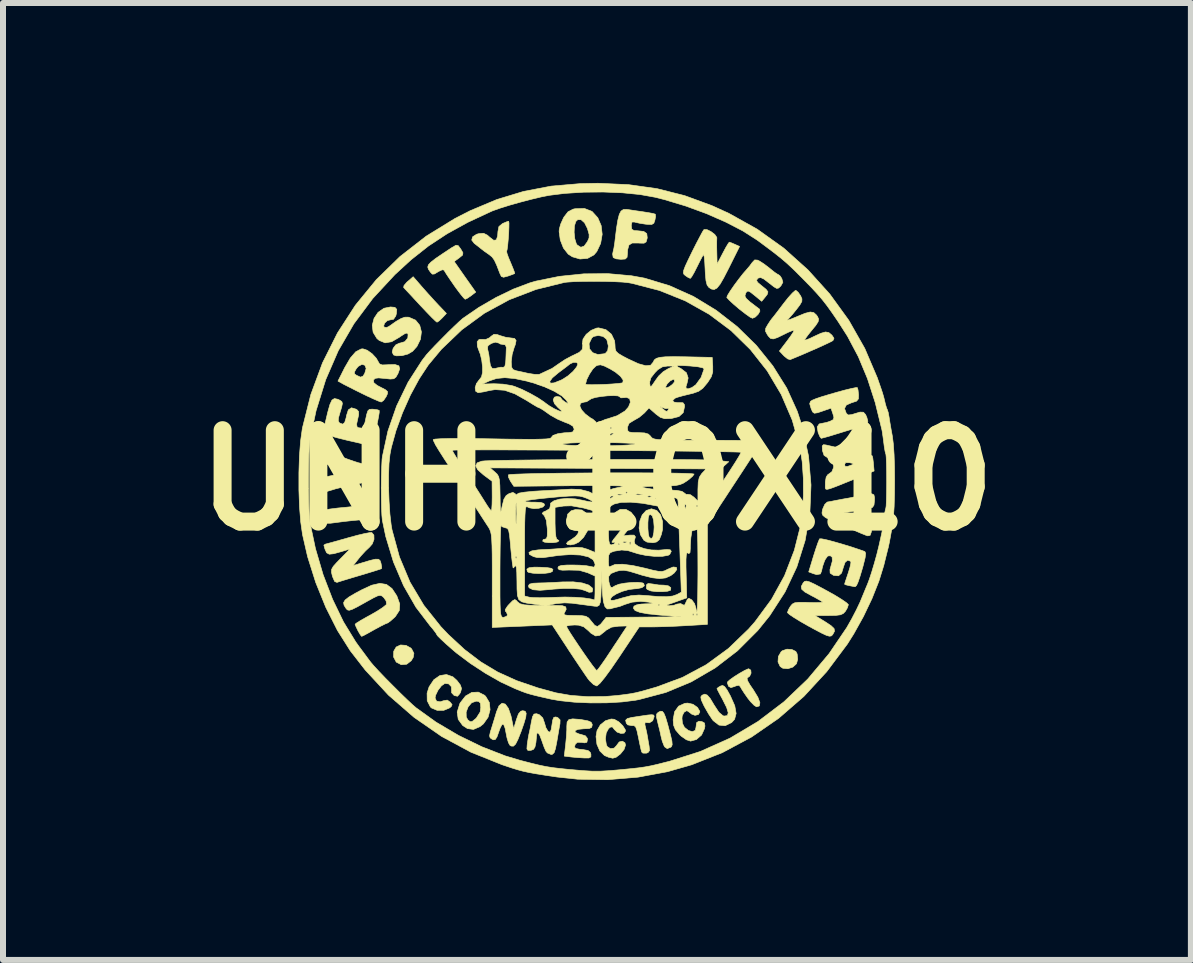
<source format=kicad_pcb>
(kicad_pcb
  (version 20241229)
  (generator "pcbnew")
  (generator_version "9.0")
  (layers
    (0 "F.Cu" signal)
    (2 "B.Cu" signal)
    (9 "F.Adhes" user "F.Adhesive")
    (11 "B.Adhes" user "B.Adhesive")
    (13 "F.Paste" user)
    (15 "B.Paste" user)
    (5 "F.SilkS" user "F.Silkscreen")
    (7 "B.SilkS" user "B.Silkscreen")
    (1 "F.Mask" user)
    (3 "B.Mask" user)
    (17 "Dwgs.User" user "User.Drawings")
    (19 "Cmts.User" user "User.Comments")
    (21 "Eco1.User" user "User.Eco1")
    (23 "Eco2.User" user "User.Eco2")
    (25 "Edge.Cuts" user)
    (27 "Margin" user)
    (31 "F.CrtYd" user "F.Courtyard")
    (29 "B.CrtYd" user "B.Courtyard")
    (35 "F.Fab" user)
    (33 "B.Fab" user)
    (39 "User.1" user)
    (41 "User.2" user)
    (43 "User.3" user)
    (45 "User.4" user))
  (footprint "UNH 10X10"
    (layer "F.Cu")
    (at 6.902 4.956)
    (property "Reference" "UNH 10X10" (at 0 0 0) (layer "F.SilkS") (effects (font (size 1.524 1.524) (thickness 0.3))))
    (attr through_hole)
    (fp_poly (pts (xy -3.183 2.753) (xy -3.104 2.797) (xy -3.088 2.815) (xy -3.052 2.885) (xy -3.063 2.953) (xy -3.097 3.009) (xy -3.172 3.067) (xy -3.263 3.075) (xy -3.347 3.031) (xy -3.347 3.03) (xy -3.391 2.946) (xy -3.388 2.85) (xy -3.347 2.78) (xy -3.274 2.746) (xy -3.183 2.753)) (stroke (width 0.01) (type solid)) (fill yes) (layer "F.SilkS"))
    (fp_poly (pts (xy -0.952 1.45) (xy -0.829 1.457) (xy -0.76 1.468) (xy -0.734 1.487) (xy -0.743 1.518) (xy -0.745 1.522) (xy -0.787 1.541) (xy -0.869 1.552) (xy -0.97 1.555) (xy -1.067 1.55) (xy -1.138 1.537) (xy -1.159 1.524) (xy -1.169 1.483) (xy -1.134 1.459) (xy -1.048 1.449) (xy -0.952 1.45)) (stroke (width 0.01) (type solid)) (fill yes) (layer "F.SilkS"))
    (fp_poly (pts (xy 3.25 2.822) (xy 3.315 2.854) (xy 3.337 2.896) (xy 3.344 2.965) (xy 3.346 2.985) (xy 3.326 3.059) (xy 3.265 3.115) (xy 3.182 3.142) (xy 3.098 3.134) (xy 3.054 3.105) (xy 3.018 3.029) (xy 3.024 2.938) (xy 3.07 2.859) (xy 3.091 2.842) (xy 3.168 2.816) (xy 3.25 2.822)) (stroke (width 0.01) (type solid)) (fill yes) (layer "F.SilkS"))
    (fp_poly (pts (xy 0.929 1.73) (xy 1.03 1.746) (xy 1.117 1.749) (xy 1.189 1.76) (xy 1.231 1.791) (xy 1.228 1.83) (xy 1.225 1.834) (xy 1.178 1.85) (xy 1.093 1.858) (xy 0.995 1.857) (xy 0.908 1.847) (xy 0.895 1.844) (xy 0.839 1.821) (xy 0.824 1.802) (xy 0.825 1.75) (xy 0.826 1.742) (xy 0.853 1.721) (xy 0.929 1.73)) (stroke (width 0.01) (type solid)) (fill yes) (layer "F.SilkS"))
    (fp_poly (pts (xy -2.921 -3.228) (xy -2.821 -3.115) (xy -2.712 -2.995) (xy -2.644 -2.922) (xy -2.51 -2.781) (xy -2.578 -2.708) (xy -2.632 -2.657) (xy -2.666 -2.635) (xy -2.667 -2.635) (xy -2.695 -2.657) (xy -2.757 -2.717) (xy -2.843 -2.806) (xy -2.944 -2.913) (xy -3.046 -3.023) (xy -3.133 -3.117) (xy -3.195 -3.183) (xy -3.223 -3.213) (xy -3.217 -3.246) (xy -3.172 -3.299) (xy -3.155 -3.314) (xy -3.064 -3.393) (xy -2.921 -3.228)) (stroke (width 0.01) (type solid)) (fill yes) (layer "F.SilkS"))
    (fp_poly (pts (xy 1.088 3.852) (xy 1.115 3.883) (xy 1.143 3.95) (xy 1.177 4.063) (xy 1.221 4.23) (xy 1.223 4.236) (xy 1.249 4.346) (xy 1.254 4.41) (xy 1.24 4.443) (xy 1.231 4.45) (xy 1.171 4.474) (xy 1.129 4.445) (xy 1.116 4.421) (xy 1.088 4.349) (xy 1.068 4.27) (xy 1.048 4.178) (xy 1.02 4.066) (xy 1.013 4.037) (xy 0.992 3.947) (xy 0.995 3.897) (xy 1.019 3.871) (xy 1.057 3.851) (xy 1.088 3.852)) (stroke (width 0.01) (type solid)) (fill yes) (layer "F.SilkS"))
    (fp_poly (pts (xy -0.247 1.712) (xy -0.138 1.747) (xy -0.077 1.797) (xy -0.07 1.818) (xy -0.081 1.863) (xy -0.132 1.868) (xy -0.197 1.84) (xy -0.275 1.816) (xy -0.399 1.804) (xy -0.554 1.804) (xy -0.723 1.815) (xy -0.786 1.822) (xy -0.95 1.835) (xy -1.067 1.825) (xy -1.132 1.793) (xy -1.143 1.762) (xy -1.126 1.732) (xy -1.066 1.717) (xy -0.976 1.713) (xy -0.856 1.71) (xy -0.707 1.703) (xy -0.571 1.695) (xy -0.395 1.694) (xy -0.247 1.712)) (stroke (width 0.01) (type solid)) (fill yes) (layer "F.SilkS"))
    (fp_poly (pts (xy -3.822 0.43) (xy -3.802 0.476) (xy -3.794 0.509) (xy -3.792 0.602) (xy -3.836 0.654) (xy -3.905 0.661) (xy -3.965 0.662) (xy -4.075 0.672) (xy -4.22 0.688) (xy -4.388 0.71) (xy -4.445 0.717) (xy -4.539 0.717) (xy -4.596 0.694) (xy -4.632 0.622) (xy -4.621 0.547) (xy -4.596 0.516) (xy -4.546 0.498) (xy -4.453 0.48) (xy -4.334 0.465) (xy -4.318 0.463) (xy -4.179 0.45) (xy -4.046 0.436) (xy -3.948 0.425) (xy -3.864 0.416) (xy -3.822 0.43)) (stroke (width 0.01) (type solid)) (fill yes) (layer "F.SilkS"))
    (fp_poly (pts (xy 2.564 3.166) (xy 2.569 3.216) (xy 2.546 3.266) (xy 2.522 3.283) (xy 2.502 3.302) (xy 2.51 3.341) (xy 2.55 3.411) (xy 2.605 3.491) (xy 2.682 3.617) (xy 2.716 3.708) (xy 2.706 3.763) (xy 2.66 3.777) (xy 2.62 3.752) (xy 2.56 3.691) (xy 2.515 3.634) (xy 2.454 3.547) (xy 2.408 3.475) (xy 2.393 3.447) (xy 2.368 3.418) (xy 2.317 3.428) (xy 2.297 3.437) (xy 2.233 3.457) (xy 2.196 3.437) (xy 2.191 3.429) (xy 2.174 3.378) (xy 2.177 3.362) (xy 2.216 3.326) (xy 2.289 3.274) (xy 2.378 3.218) (xy 2.461 3.171) (xy 2.519 3.145) (xy 2.53 3.143) (xy 2.564 3.166)) (stroke (width 0.01) (type solid)) (fill yes) (layer "F.SilkS"))
    (fp_poly (pts (xy -1.874 3.585) (xy -1.856 3.602) (xy -1.794 3.705) (xy -1.782 3.826) (xy -1.815 3.95) (xy -1.892 4.06) (xy -1.95 4.107) (xy -2.059 4.154) (xy -2.159 4.14) (xy -2.239 4.088) (xy -2.313 3.986) (xy -2.33 3.865) (xy -2.181 3.865) (xy -2.179 3.949) (xy -2.153 3.994) (xy -2.115 4.025) (xy -2.081 4.022) (xy -2.028 3.98) (xy -2.01 3.963) (xy -1.947 3.863) (xy -1.937 3.789) (xy -1.943 3.716) (xy -1.973 3.687) (xy -2.015 3.683) (xy -2.09 3.71) (xy -2.148 3.778) (xy -2.181 3.865) (xy -2.33 3.865) (xy -2.33 3.864) (xy -2.288 3.728) (xy -2.279 3.71) (xy -2.191 3.597) (xy -2.087 3.537) (xy -1.978 3.532) (xy -1.874 3.585)) (stroke (width 0.01) (type solid)) (fill yes) (layer "F.SilkS"))
    (fp_poly (pts (xy 0.997 0.504) (xy 1.061 0.579) (xy 1.094 0.689) (xy 1.093 0.821) (xy 1.072 0.908) (xy 1.038 0.991) (xy 0.993 1.029) (xy 0.933 1.042) (xy 0.834 1.031) (xy 0.782 1) (xy 0.724 0.907) (xy 0.702 0.795) (xy 0.711 0.708) (xy 0.849 0.708) (xy 0.849 0.805) (xy 0.856 0.892) (xy 0.869 0.946) (xy 0.869 0.946) (xy 0.904 0.976) (xy 0.931 0.948) (xy 0.948 0.869) (xy 0.953 0.778) (xy 0.944 0.666) (xy 0.922 0.593) (xy 0.889 0.57) (xy 0.867 0.583) (xy 0.855 0.626) (xy 0.849 0.708) (xy 0.711 0.708) (xy 0.714 0.68) (xy 0.754 0.578) (xy 0.82 0.505) (xy 0.907 0.476) (xy 0.908 0.476) (xy 0.997 0.504)) (stroke (width 0.01) (type solid)) (fill yes) (layer "F.SilkS"))
    (fp_poly (pts (xy 0.941 3.913) (xy 0.951 3.925) (xy 0.953 3.942) (xy 0.929 4.009) (xy 0.874 4.044) (xy 0.833 4.04) (xy 0.801 4.038) (xy 0.799 4.076) (xy 0.808 4.114) (xy 0.829 4.205) (xy 0.841 4.27) (xy 0.854 4.348) (xy 0.869 4.433) (xy 0.876 4.506) (xy 0.851 4.54) (xy 0.823 4.55) (xy 0.766 4.549) (xy 0.745 4.53) (xy 0.732 4.481) (xy 0.712 4.39) (xy 0.691 4.286) (xy 0.667 4.176) (xy 0.646 4.115) (xy 0.619 4.091) (xy 0.579 4.09) (xy 0.579 4.09) (xy 0.512 4.078) (xy 0.488 4.049) (xy 0.478 4) (xy 0.507 3.972) (xy 0.586 3.953) (xy 0.591 3.953) (xy 0.746 3.929) (xy 0.849 3.914) (xy 0.91 3.909) (xy 0.941 3.913)) (stroke (width 0.01) (type solid)) (fill yes) (layer "F.SilkS"))
    (fp_poly (pts (xy -2.402 3.277) (xy -2.336 3.336) (xy -2.277 3.414) (xy -2.258 3.472) (xy -2.273 3.531) (xy -2.287 3.558) (xy -2.325 3.601) (xy -2.379 3.589) (xy -2.381 3.588) (xy -2.424 3.542) (xy -2.424 3.507) (xy -2.427 3.442) (xy -2.472 3.395) (xy -2.536 3.387) (xy -2.593 3.427) (xy -2.65 3.501) (xy -2.69 3.584) (xy -2.699 3.63) (xy -2.675 3.682) (xy -2.614 3.694) (xy -2.56 3.676) (xy -2.496 3.665) (xy -2.449 3.698) (xy -2.415 3.741) (xy -2.431 3.774) (xy -2.459 3.796) (xy -2.555 3.836) (xy -2.664 3.836) (xy -2.757 3.797) (xy -2.778 3.778) (xy -2.83 3.676) (xy -2.832 3.549) (xy -2.799 3.445) (xy -2.719 3.325) (xy -2.619 3.256) (xy -2.509 3.239) (xy -2.402 3.277)) (stroke (width 0.01) (type solid)) (fill yes) (layer "F.SilkS"))
    (fp_poly (pts (xy -2.313 -3.911) (xy -2.272 -3.856) (xy -2.27 -3.853) (xy -2.235 -3.792) (xy -2.24 -3.754) (xy -2.292 -3.711) (xy -2.297 -3.707) (xy -2.38 -3.647) (xy -2.201 -3.391) (xy -2.021 -3.136) (xy -2.098 -3.077) (xy -2.159 -3.035) (xy -2.197 -3.017) (xy -2.223 -3.041) (xy -2.276 -3.105) (xy -2.346 -3.198) (xy -2.378 -3.243) (xy -2.451 -3.349) (xy -2.51 -3.437) (xy -2.544 -3.492) (xy -2.548 -3.502) (xy -2.579 -3.509) (xy -2.64 -3.481) (xy -2.649 -3.475) (xy -2.711 -3.438) (xy -2.746 -3.436) (xy -2.778 -3.471) (xy -2.782 -3.477) (xy -2.81 -3.518) (xy -2.821 -3.554) (xy -2.81 -3.591) (xy -2.769 -3.635) (xy -2.694 -3.694) (xy -2.578 -3.773) (xy -2.415 -3.881) (xy -2.409 -3.884) (xy -2.35 -3.918) (xy -2.313 -3.911)) (stroke (width 0.01) (type solid)) (fill yes) (layer "F.SilkS"))
    (fp_poly (pts (xy -0.252 0.496) (xy -0.18 0.547) (xy -0.139 0.63) (xy -0.133 0.734) (xy -0.16 0.846) (xy -0.224 0.953) (xy -0.304 1.031) (xy -0.368 1.063) (xy -0.439 1.078) (xy -0.493 1.072) (xy -0.508 1.053) (xy -0.482 1.021) (xy -0.431 0.991) (xy -0.359 0.941) (xy -0.32 0.895) (xy -0.305 0.85) (xy -0.336 0.835) (xy -0.37 0.833) (xy -0.455 0.811) (xy -0.499 0.741) (xy -0.507 0.667) (xy -0.502 0.64) (xy -0.375 0.64) (xy -0.368 0.71) (xy -0.327 0.738) (xy -0.278 0.746) (xy -0.263 0.73) (xy -0.275 0.674) (xy -0.281 0.649) (xy -0.312 0.576) (xy -0.344 0.561) (xy -0.369 0.605) (xy -0.375 0.64) (xy -0.502 0.64) (xy -0.489 0.566) (xy -0.43 0.509) (xy -0.356 0.488) (xy -0.252 0.496)) (stroke (width 0.01) (type solid)) (fill yes) (layer "F.SilkS"))
    (fp_poly (pts (xy 0.288 3.985) (xy 0.361 4.026) (xy 0.429 4.091) (xy 0.471 4.157) (xy 0.476 4.181) (xy 0.453 4.216) (xy 0.399 4.221) (xy 0.336 4.199) (xy 0.291 4.156) (xy 0.256 4.111) (xy 0.221 4.117) (xy 0.192 4.142) (xy 0.154 4.212) (xy 0.141 4.311) (xy 0.156 4.407) (xy 0.171 4.44) (xy 0.223 4.474) (xy 0.286 4.466) (xy 0.331 4.419) (xy 0.333 4.413) (xy 0.371 4.363) (xy 0.423 4.35) (xy 0.466 4.376) (xy 0.476 4.415) (xy 0.452 4.487) (xy 0.392 4.562) (xy 0.319 4.618) (xy 0.263 4.634) (xy 0.194 4.618) (xy 0.125 4.589) (xy 0.048 4.514) (xy -0.001 4.402) (xy -0.016 4.273) (xy 0.001 4.173) (xy 0.056 4.078) (xy 0.142 4.009) (xy 0.237 3.98) (xy 0.288 3.985)) (stroke (width 0.01) (type solid)) (fill yes) (layer "F.SilkS"))
    (fp_poly (pts (xy 2.128 3.44) (xy 2.169 3.496) (xy 2.225 3.597) (xy 2.297 3.76) (xy 2.32 3.888) (xy 2.294 3.985) (xy 2.245 4.039) (xy 2.137 4.092) (xy 2.034 4.082) (xy 1.94 4.01) (xy 1.926 3.993) (xy 1.862 3.897) (xy 1.797 3.784) (xy 1.779 3.75) (xy 1.739 3.662) (xy 1.731 3.612) (xy 1.751 3.584) (xy 1.751 3.584) (xy 1.797 3.566) (xy 1.839 3.582) (xy 1.888 3.639) (xy 1.952 3.746) (xy 1.954 3.749) (xy 2.032 3.868) (xy 2.101 3.926) (xy 2.12 3.931) (xy 2.174 3.924) (xy 2.188 3.877) (xy 2.162 3.789) (xy 2.095 3.655) (xy 2.095 3.654) (xy 2.045 3.563) (xy 2.011 3.497) (xy 2 3.473) (xy 2.024 3.452) (xy 2.06 3.431) (xy 2.095 3.421) (xy 2.128 3.44)) (stroke (width 0.01) (type solid)) (fill yes) (layer "F.SilkS"))
    (fp_poly (pts (xy 1.601 3.735) (xy 1.675 3.787) (xy 1.713 3.851) (xy 1.714 3.865) (xy 1.69 3.906) (xy 1.634 3.919) (xy 1.575 3.897) (xy 1.567 3.889) (xy 1.517 3.851) (xy 1.494 3.842) (xy 1.451 3.868) (xy 1.421 3.928) (xy 1.417 3.969) (xy 1.423 4.037) (xy 1.425 4.054) (xy 1.458 4.119) (xy 1.525 4.172) (xy 1.59 4.191) (xy 1.639 4.17) (xy 1.651 4.117) (xy 1.661 4.041) (xy 1.699 4.017) (xy 1.75 4.024) (xy 1.792 4.047) (xy 1.8 4.097) (xy 1.792 4.14) (xy 1.744 4.247) (xy 1.658 4.322) (xy 1.561 4.349) (xy 1.49 4.326) (xy 1.404 4.266) (xy 1.378 4.242) (xy 1.308 4.16) (xy 1.277 4.083) (xy 1.27 3.993) (xy 1.294 3.86) (xy 1.361 3.766) (xy 1.465 3.719) (xy 1.513 3.715) (xy 1.601 3.735)) (stroke (width 0.01) (type solid)) (fill yes) (layer "F.SilkS"))
    (fp_poly (pts (xy -1.528 3.732) (xy -1.477 3.803) (xy -1.434 3.927) (xy -1.426 3.963) (xy -1.389 4.143) (xy -1.344 3.993) (xy -1.309 3.896) (xy -1.27 3.85) (xy -1.237 3.842) (xy -1.197 3.851) (xy -1.18 3.884) (xy -1.187 3.95) (xy -1.219 4.058) (xy -1.265 4.189) (xy -1.317 4.32) (xy -1.357 4.399) (xy -1.393 4.433) (xy -1.43 4.431) (xy -1.449 4.421) (xy -1.475 4.377) (xy -1.5 4.295) (xy -1.508 4.255) (xy -1.532 4.132) (xy -1.556 4.071) (xy -1.582 4.07) (xy -1.613 4.129) (xy -1.634 4.186) (xy -1.667 4.279) (xy -1.695 4.322) (xy -1.726 4.327) (xy -1.747 4.318) (xy -1.781 4.294) (xy -1.791 4.261) (xy -1.778 4.198) (xy -1.758 4.135) (xy -1.721 4.015) (xy -1.685 3.896) (xy -1.676 3.863) (xy -1.633 3.76) (xy -1.582 3.717) (xy -1.528 3.732)) (stroke (width 0.01) (type solid)) (fill yes) (layer "F.SilkS"))
    (fp_poly (pts (xy -0.082 -4.481) (xy 0.014 -4.375) (xy 0.07 -4.245) (xy 0.087 -4.1) (xy 0.061 -3.948) (xy -0.002 -3.814) (xy -0.05 -3.757) (xy -0.156 -3.699) (xy -0.283 -3.688) (xy -0.41 -3.725) (xy -0.48 -3.77) (xy -0.559 -3.871) (xy -0.612 -4.006) (xy -0.629 -4.134) (xy -0.381 -4.134) (xy -0.37 -4.027) (xy -0.345 -3.944) (xy -0.33 -3.922) (xy -0.269 -3.884) (xy -0.213 -3.904) (xy -0.159 -3.978) (xy -0.132 -4.039) (xy -0.131 -4.098) (xy -0.155 -4.183) (xy -0.159 -4.197) (xy -0.207 -4.292) (xy -0.265 -4.343) (xy -0.321 -4.344) (xy -0.353 -4.313) (xy -0.376 -4.239) (xy -0.381 -4.134) (xy -0.629 -4.134) (xy -0.631 -4.148) (xy -0.628 -4.185) (xy -0.606 -4.268) (xy -0.562 -4.366) (xy -0.55 -4.388) (xy -0.482 -4.476) (xy -0.398 -4.519) (xy -0.367 -4.526) (xy -0.209 -4.531) (xy -0.082 -4.481)) (stroke (width 0.01) (type solid)) (fill yes) (layer "F.SilkS"))
    (fp_poly (pts (xy -1.467 -4.289) (xy -1.468 -4.216) (xy -1.472 -4.116) (xy -1.48 -4.008) (xy -1.489 -3.91) (xy -1.499 -3.84) (xy -1.506 -3.818) (xy -1.501 -3.785) (xy -1.475 -3.711) (xy -1.44 -3.629) (xy -1.401 -3.535) (xy -1.376 -3.469) (xy -1.372 -3.446) (xy -1.405 -3.432) (xy -1.474 -3.407) (xy -1.486 -3.403) (xy -1.557 -3.384) (xy -1.594 -3.397) (xy -1.62 -3.451) (xy -1.621 -3.454) (xy -1.671 -3.584) (xy -1.71 -3.668) (xy -1.748 -3.721) (xy -1.794 -3.759) (xy -1.799 -3.763) (xy -1.877 -3.817) (xy -1.931 -3.859) (xy -2.003 -3.916) (xy -2.045 -3.948) (xy -2.088 -4.004) (xy -2.073 -4.058) (xy -2.006 -4.101) (xy -1.969 -4.111) (xy -1.89 -4.117) (xy -1.826 -4.085) (xy -1.787 -4.05) (xy -1.721 -4) (xy -1.678 -4.007) (xy -1.656 -4.072) (xy -1.651 -4.146) (xy -1.635 -4.229) (xy -1.576 -4.278) (xy -1.57 -4.281) (xy -1.506 -4.308) (xy -1.473 -4.318) (xy -1.467 -4.289)) (stroke (width 0.01) (type solid)) (fill yes) (layer "F.SilkS"))
    (fp_poly (pts (xy -0.296 3.986) (xy -0.253 3.992) (xy -0.151 4.011) (xy -0.098 4.034) (xy -0.08 4.068) (xy -0.079 4.08) (xy -0.089 4.12) (xy -0.129 4.139) (xy -0.215 4.143) (xy -0.219 4.143) (xy -0.317 4.153) (xy -0.365 4.175) (xy -0.361 4.203) (xy -0.299 4.23) (xy -0.271 4.236) (xy -0.192 4.261) (xy -0.161 4.302) (xy -0.159 4.323) (xy -0.168 4.368) (xy -0.209 4.378) (xy -0.251 4.371) (xy -0.326 4.368) (xy -0.363 4.402) (xy -0.363 4.403) (xy -0.374 4.447) (xy -0.355 4.471) (xy -0.294 4.484) (xy -0.234 4.49) (xy -0.149 4.505) (xy -0.11 4.539) (xy -0.101 4.568) (xy -0.102 4.612) (xy -0.134 4.63) (xy -0.212 4.63) (xy -0.327 4.623) (xy -0.436 4.613) (xy -0.439 4.612) (xy -0.545 4.599) (xy -0.522 4.403) (xy -0.51 4.278) (xy -0.503 4.163) (xy -0.503 4.102) (xy -0.498 4.031) (xy -0.469 3.991) (xy -0.406 3.978) (xy -0.296 3.986)) (stroke (width 0.01) (type solid)) (fill yes) (layer "F.SilkS"))
    (fp_poly (pts (xy 3.818 -0.588) (xy 3.878 -0.574) (xy 3.983 -0.55) (xy 4.118 -0.52) (xy 4.234 -0.494) (xy 4.373 -0.463) (xy 4.487 -0.435) (xy 4.563 -0.415) (xy 4.588 -0.407) (xy 4.598 -0.371) (xy 4.607 -0.297) (xy 4.609 -0.275) (xy 4.62 -0.154) (xy 4.27 -0.011) (xy 4.097 0.059) (xy 3.974 0.108) (xy 3.892 0.138) (xy 3.843 0.151) (xy 3.818 0.15) (xy 3.809 0.137) (xy 3.806 0.123) (xy 3.807 0.027) (xy 3.821 -0.052) (xy 3.845 -0.09) (xy 3.845 -0.09) (xy 3.917 -0.143) (xy 3.947 -0.22) (xy 3.939 -0.265) (xy 4.128 -0.265) (xy 4.137 -0.231) (xy 4.175 -0.23) (xy 4.238 -0.251) (xy 4.275 -0.27) (xy 4.259 -0.282) (xy 4.214 -0.292) (xy 4.146 -0.294) (xy 4.128 -0.265) (xy 3.939 -0.265) (xy 3.934 -0.299) (xy 3.878 -0.36) (xy 3.85 -0.373) (xy 3.786 -0.414) (xy 3.759 -0.494) (xy 3.758 -0.502) (xy 3.755 -0.571) (xy 3.776 -0.593) (xy 3.818 -0.588)) (stroke (width 0.01) (type solid)) (fill yes) (layer "F.SilkS"))
    (fp_poly (pts (xy 4.617 0.243) (xy 4.627 0.291) (xy 4.626 0.34) (xy 4.618 0.414) (xy 4.593 0.452) (xy 4.532 0.472) (xy 4.477 0.482) (xy 4.36 0.502) (xy 4.247 0.521) (xy 4.224 0.525) (xy 4.115 0.545) (xy 4.334 0.637) (xy 4.442 0.685) (xy 4.526 0.726) (xy 4.57 0.752) (xy 4.572 0.754) (xy 4.581 0.8) (xy 4.574 0.861) (xy 4.553 0.919) (xy 4.514 0.927) (xy 4.48 0.916) (xy 4.396 0.882) (xy 4.306 0.843) (xy 4.22 0.805) (xy 4.107 0.756) (xy 4.032 0.724) (xy 3.897 0.666) (xy 3.811 0.623) (xy 3.766 0.587) (xy 3.751 0.548) (xy 3.758 0.499) (xy 3.765 0.475) (xy 3.798 0.402) (xy 3.838 0.364) (xy 3.842 0.363) (xy 3.904 0.352) (xy 3.993 0.334) (xy 4 0.333) (xy 4.095 0.315) (xy 4.172 0.301) (xy 4.175 0.301) (xy 4.245 0.288) (xy 4.344 0.266) (xy 4.381 0.258) (xy 4.505 0.231) (xy 4.58 0.225) (xy 4.617 0.243)) (stroke (width 0.01) (type solid)) (fill yes) (layer "F.SilkS"))
    (fp_poly (pts (xy -3.719 0.914) (xy -3.717 0.985) (xy -3.746 1.062) (xy -3.792 1.115) (xy -3.859 1.178) (xy -3.938 1.264) (xy -3.967 1.299) (xy -4.065 1.423) (xy -3.913 1.376) (xy -3.779 1.336) (xy -3.693 1.316) (xy -3.642 1.317) (xy -3.616 1.339) (xy -3.601 1.382) (xy -3.589 1.446) (xy -3.592 1.474) (xy -3.625 1.486) (xy -3.707 1.512) (xy -3.824 1.548) (xy -3.947 1.585) (xy -4.089 1.627) (xy -4.211 1.664) (xy -4.298 1.691) (xy -4.334 1.703) (xy -4.373 1.688) (xy -4.407 1.61) (xy -4.411 1.598) (xy -4.426 1.534) (xy -4.424 1.486) (xy -4.396 1.436) (xy -4.336 1.369) (xy -4.28 1.312) (xy -4.117 1.146) (xy -4.27 1.192) (xy -4.389 1.225) (xy -4.463 1.233) (xy -4.507 1.209) (xy -4.535 1.147) (xy -4.553 1.083) (xy -4.53 1.066) (xy -4.508 1.06) (xy -4.46 1.047) (xy -4.365 1.021) (xy -4.238 0.985) (xy -4.128 0.954) (xy -3.988 0.916) (xy -3.87 0.888) (xy -3.786 0.873) (xy -3.754 0.872) (xy -3.719 0.914)) (stroke (width 0.01) (type solid)) (fill yes) (layer "F.SilkS"))
    (fp_poly (pts (xy -3.368 -2.882) (xy -3.338 -2.849) (xy -3.344 -2.778) (xy -3.354 -2.739) (xy -3.392 -2.683) (xy -3.436 -2.676) (xy -3.494 -2.662) (xy -3.54 -2.62) (xy -3.556 -2.572) (xy -3.545 -2.551) (xy -3.504 -2.547) (xy -3.467 -2.565) (xy -3.349 -2.648) (xy -3.266 -2.696) (xy -3.204 -2.718) (xy -3.148 -2.719) (xy -3.133 -2.716) (xy -3.024 -2.669) (xy -2.955 -2.584) (xy -2.927 -2.474) (xy -2.942 -2.352) (xy -3.001 -2.231) (xy -3.073 -2.15) (xy -3.151 -2.104) (xy -3.251 -2.077) (xy -3.344 -2.074) (xy -3.391 -2.089) (xy -3.414 -2.136) (xy -3.398 -2.199) (xy -3.355 -2.256) (xy -3.295 -2.285) (xy -3.285 -2.286) (xy -3.204 -2.31) (xy -3.154 -2.37) (xy -3.149 -2.43) (xy -3.163 -2.454) (xy -3.199 -2.446) (xy -3.269 -2.402) (xy -3.294 -2.384) (xy -3.423 -2.309) (xy -3.532 -2.291) (xy -3.629 -2.33) (xy -3.669 -2.364) (xy -3.732 -2.467) (xy -3.746 -2.584) (xy -3.716 -2.699) (xy -3.649 -2.799) (xy -3.551 -2.867) (xy -3.442 -2.889) (xy -3.368 -2.882)) (stroke (width 0.01) (type solid)) (fill yes) (layer "F.SilkS"))
    (fp_poly (pts (xy -0.964 3.906) (xy -0.904 3.962) (xy -0.876 4.042) (xy -0.851 4.127) (xy -0.816 4.185) (xy -0.813 4.188) (xy -0.784 4.199) (xy -0.765 4.164) (xy -0.753 4.094) (xy -0.738 3.998) (xy -0.719 3.953) (xy -0.687 3.946) (xy -0.654 3.956) (xy -0.615 3.995) (xy -0.617 4.06) (xy -0.631 4.134) (xy -0.65 4.246) (xy -0.669 4.358) (xy -0.692 4.474) (xy -0.714 4.541) (xy -0.743 4.568) (xy -0.764 4.572) (xy -0.827 4.546) (xy -0.852 4.516) (xy -0.881 4.45) (xy -0.914 4.358) (xy -0.919 4.342) (xy -0.954 4.251) (xy -0.984 4.21) (xy -1.002 4.223) (xy -1.006 4.249) (xy -1.018 4.374) (xy -1.034 4.448) (xy -1.059 4.487) (xy -1.099 4.502) (xy -1.105 4.503) (xy -1.151 4.504) (xy -1.168 4.478) (xy -1.163 4.408) (xy -1.161 4.392) (xy -1.147 4.3) (xy -1.134 4.23) (xy -1.132 4.223) (xy -1.119 4.163) (xy -1.101 4.071) (xy -1.096 4.039) (xy -1.075 3.943) (xy -1.05 3.898) (xy -1.009 3.892) (xy -0.964 3.906)) (stroke (width 0.01) (type solid)) (fill yes) (layer "F.SilkS"))
    (fp_poly (pts (xy 0.517 -4.512) (xy 0.559 -4.506) (xy 0.644 -4.493) (xy 0.75 -4.478) (xy 0.858 -4.461) (xy 0.939 -4.446) (xy 0.973 -4.435) (xy 0.977 -4.397) (xy 0.966 -4.337) (xy 0.948 -4.285) (xy 0.913 -4.264) (xy 0.843 -4.266) (xy 0.809 -4.269) (xy 0.712 -4.284) (xy 0.637 -4.301) (xy 0.623 -4.305) (xy 0.584 -4.305) (xy 0.572 -4.255) (xy 0.572 -4.242) (xy 0.58 -4.185) (xy 0.619 -4.162) (xy 0.675 -4.159) (xy 0.779 -4.148) (xy 0.83 -4.112) (xy 0.838 -4.043) (xy 0.835 -4.027) (xy 0.819 -3.973) (xy 0.785 -3.952) (xy 0.713 -3.953) (xy 0.689 -3.955) (xy 0.588 -3.955) (xy 0.533 -3.921) (xy 0.511 -3.842) (xy 0.508 -3.786) (xy 0.502 -3.717) (xy 0.472 -3.688) (xy 0.399 -3.683) (xy 0.32 -3.691) (xy 0.272 -3.712) (xy 0.27 -3.715) (xy 0.261 -3.77) (xy 0.267 -3.802) (xy 0.282 -3.867) (xy 0.297 -3.964) (xy 0.301 -4) (xy 0.325 -4.197) (xy 0.348 -4.338) (xy 0.372 -4.432) (xy 0.401 -4.487) (xy 0.44 -4.513) (xy 0.491 -4.515) (xy 0.517 -4.512)) (stroke (width 0.01) (type solid)) (fill yes) (layer "F.SilkS"))
    (fp_poly (pts (xy 1.834 -4.178) (xy 1.901 -4.145) (xy 1.964 -4.097) (xy 1.997 -4.049) (xy 1.998 -4.038) (xy 1.996 -3.979) (xy 1.996 -3.88) (xy 1.998 -3.794) (xy 2.003 -3.604) (xy 2.098 -3.786) (xy 2.148 -3.88) (xy 2.187 -3.945) (xy 2.206 -3.969) (xy 2.242 -3.957) (xy 2.298 -3.933) (xy 2.377 -3.897) (xy 2.197 -3.536) (xy 2.114 -3.375) (xy 2.051 -3.266) (xy 1.999 -3.203) (xy 1.953 -3.179) (xy 1.906 -3.188) (xy 1.865 -3.215) (xy 1.836 -3.254) (xy 1.817 -3.328) (xy 1.806 -3.449) (xy 1.803 -3.513) (xy 1.797 -3.63) (xy 1.789 -3.717) (xy 1.78 -3.76) (xy 1.777 -3.761) (xy 1.756 -3.73) (xy 1.717 -3.656) (xy 1.668 -3.558) (xy 1.619 -3.461) (xy 1.579 -3.392) (xy 1.556 -3.366) (xy 1.556 -3.365) (xy 1.518 -3.382) (xy 1.475 -3.411) (xy 1.45 -3.432) (xy 1.44 -3.458) (xy 1.446 -3.5) (xy 1.472 -3.569) (xy 1.521 -3.674) (xy 1.587 -3.81) (xy 1.656 -3.947) (xy 1.716 -4.061) (xy 1.76 -4.143) (xy 1.784 -4.179) (xy 1.785 -4.179) (xy 1.834 -4.178)) (stroke (width 0.01) (type solid)) (fill yes) (layer "F.SilkS"))
    (fp_poly (pts (xy -4.564 -0.489) (xy -4.479 -0.466) (xy -4.364 -0.428) (xy -4.28 -0.398) (xy -4.152 -0.35) (xy -4.044 -0.313) (xy -3.972 -0.29) (xy -3.952 -0.286) (xy -3.893 -0.267) (xy -3.836 -0.225) (xy -3.801 -0.176) (xy -3.801 -0.149) (xy -3.816 -0.088) (xy -3.815 -0.044) (xy -3.818 -0.01) (xy -3.843 0.016) (xy -3.904 0.04) (xy -4.012 0.066) (xy -4.054 0.075) (xy -4.178 0.101) (xy -4.28 0.124) (xy -4.343 0.14) (xy -4.35 0.141) (xy -4.411 0.16) (xy -4.499 0.186) (xy -4.508 0.189) (xy -4.584 0.212) (xy -4.619 0.22) (xy -4.634 0.214) (xy -4.646 0.201) (xy -4.661 0.157) (xy -4.667 0.081) (xy -4.667 0.079) (xy -4.663 0.022) (xy -4.642 -0.013) (xy -4.588 -0.038) (xy -4.487 -0.064) (xy -4.485 -0.064) (xy -4.374 -0.089) (xy -4.282 -0.109) (xy -4.241 -0.117) (xy -4.189 -0.13) (xy -4.178 -0.145) (xy -4.214 -0.167) (xy -4.301 -0.2) (xy -4.387 -0.229) (xy -4.506 -0.271) (xy -4.576 -0.305) (xy -4.611 -0.338) (xy -4.624 -0.381) (xy -4.625 -0.391) (xy -4.621 -0.459) (xy -4.604 -0.492) (xy -4.564 -0.489)) (stroke (width 0.01) (type solid)) (fill yes) (layer "F.SilkS"))
    (fp_poly (pts (xy -3.509 1.737) (xy -3.417 1.806) (xy -3.337 1.927) (xy -3.335 1.932) (xy -3.288 2.062) (xy -3.295 2.171) (xy -3.36 2.271) (xy -3.373 2.284) (xy -3.439 2.343) (xy -3.486 2.378) (xy -3.495 2.381) (xy -3.532 2.396) (xy -3.608 2.434) (xy -3.708 2.488) (xy -3.715 2.492) (xy -3.813 2.547) (xy -3.887 2.587) (xy -3.923 2.603) (xy -3.923 2.603) (xy -3.944 2.578) (xy -3.98 2.517) (xy -3.984 2.51) (xy -4.017 2.441) (xy -4.032 2.401) (xy -4.032 2.4) (xy -4.006 2.379) (xy -3.937 2.336) (xy -3.836 2.279) (xy -3.779 2.248) (xy -3.664 2.182) (xy -3.573 2.123) (xy -3.517 2.078) (xy -3.508 2.066) (xy -3.515 2.012) (xy -3.552 1.958) (xy -3.583 1.93) (xy -3.614 1.919) (xy -3.658 1.928) (xy -3.727 1.961) (xy -3.834 2.02) (xy -3.878 2.045) (xy -4.001 2.113) (xy -4.082 2.153) (xy -4.131 2.168) (xy -4.161 2.161) (xy -4.182 2.139) (xy -4.216 2.085) (xy -4.224 2.04) (xy -4.199 1.997) (xy -4.134 1.946) (xy -4.023 1.881) (xy -3.928 1.83) (xy -3.756 1.75) (xy -3.619 1.719) (xy -3.509 1.737)) (stroke (width 0.01) (type solid)) (fill yes) (layer "F.SilkS"))
    (fp_poly (pts (xy 3.54 1.693) (xy 3.617 1.728) (xy 3.732 1.788) (xy 3.837 1.845) (xy 3.971 1.92) (xy 4.081 1.988) (xy 4.158 2.041) (xy 4.191 2.073) (xy 4.191 2.075) (xy 4.174 2.128) (xy 4.142 2.184) (xy 4.107 2.221) (xy 4.059 2.243) (xy 3.981 2.253) (xy 3.864 2.255) (xy 3.635 2.256) (xy 3.802 2.358) (xy 3.902 2.424) (xy 3.953 2.473) (xy 3.96 2.517) (xy 3.932 2.569) (xy 3.927 2.577) (xy 3.905 2.596) (xy 3.874 2.6) (xy 3.823 2.585) (xy 3.742 2.547) (xy 3.621 2.483) (xy 3.531 2.434) (xy 3.397 2.358) (xy 3.286 2.29) (xy 3.209 2.238) (xy 3.176 2.208) (xy 3.175 2.206) (xy 3.192 2.158) (xy 3.226 2.1) (xy 3.257 2.064) (xy 3.297 2.043) (xy 3.362 2.035) (xy 3.467 2.035) (xy 3.525 2.038) (xy 3.639 2.04) (xy 3.723 2.038) (xy 3.761 2.032) (xy 3.761 2.03) (xy 3.729 2.008) (xy 3.657 1.967) (xy 3.574 1.923) (xy 3.467 1.864) (xy 3.413 1.817) (xy 3.406 1.77) (xy 3.437 1.712) (xy 3.441 1.707) (xy 3.462 1.686) (xy 3.492 1.681) (xy 3.54 1.693)) (stroke (width 0.01) (type solid)) (fill yes) (layer "F.SilkS"))
    (fp_poly (pts (xy 3.748 0.977) (xy 3.831 0.994) (xy 3.949 1.025) (xy 4.088 1.065) (xy 4.236 1.11) (xy 4.38 1.158) (xy 4.466 1.189) (xy 4.479 1.219) (xy 4.47 1.294) (xy 4.438 1.422) (xy 4.428 1.458) (xy 4.384 1.605) (xy 4.352 1.699) (xy 4.328 1.752) (xy 4.307 1.773) (xy 4.292 1.774) (xy 4.246 1.765) (xy 4.199 1.756) (xy 4.143 1.742) (xy 4.128 1.733) (xy 4.137 1.701) (xy 4.162 1.626) (xy 4.188 1.548) (xy 4.218 1.45) (xy 4.233 1.378) (xy 4.231 1.352) (xy 4.18 1.332) (xy 4.136 1.369) (xy 4.11 1.443) (xy 4.078 1.547) (xy 4.027 1.593) (xy 3.952 1.587) (xy 3.941 1.584) (xy 3.887 1.548) (xy 3.884 1.491) (xy 3.886 1.484) (xy 3.911 1.394) (xy 3.924 1.346) (xy 3.92 1.281) (xy 3.89 1.259) (xy 3.846 1.263) (xy 3.806 1.319) (xy 3.792 1.349) (xy 3.762 1.434) (xy 3.747 1.499) (xy 3.747 1.505) (xy 3.725 1.562) (xy 3.662 1.573) (xy 3.609 1.558) (xy 3.53 1.528) (xy 3.61 1.264) (xy 3.649 1.142) (xy 3.683 1.044) (xy 3.707 0.985) (xy 3.713 0.976) (xy 3.748 0.977)) (stroke (width 0.01) (type solid)) (fill yes) (layer "F.SilkS"))
    (fp_poly (pts (xy -3.83 -2.167) (xy -3.748 -2.108) (xy -3.679 -2.033) (xy -3.651 -1.984) (xy -3.625 -1.939) (xy -3.58 -1.922) (xy -3.495 -1.925) (xy -3.487 -1.926) (xy -3.367 -1.929) (xy -3.302 -1.907) (xy -3.289 -1.856) (xy -3.317 -1.779) (xy -3.351 -1.72) (xy -3.387 -1.692) (xy -3.446 -1.687) (xy -3.539 -1.697) (xy -3.641 -1.706) (xy -3.697 -1.699) (xy -3.724 -1.673) (xy -3.726 -1.668) (xy -3.72 -1.626) (xy -3.663 -1.58) (xy -3.607 -1.551) (xy -3.526 -1.509) (xy -3.491 -1.477) (xy -3.494 -1.439) (xy -3.515 -1.393) (xy -3.557 -1.331) (xy -3.596 -1.304) (xy -3.598 -1.304) (xy -3.641 -1.319) (xy -3.727 -1.356) (xy -3.839 -1.408) (xy -3.905 -1.44) (xy -4.032 -1.503) (xy -4.144 -1.56) (xy -4.225 -1.601) (xy -4.246 -1.613) (xy -4.318 -1.653) (xy -4.243 -1.801) (xy -4.045 -1.801) (xy -4.039 -1.77) (xy -4.008 -1.749) (xy -3.942 -1.719) (xy -3.901 -1.735) (xy -3.872 -1.78) (xy -3.848 -1.864) (xy -3.869 -1.917) (xy -3.918 -1.932) (xy -3.979 -1.899) (xy -4.013 -1.859) (xy -4.045 -1.801) (xy -4.243 -1.801) (xy -4.208 -1.872) (xy -4.112 -2.037) (xy -4.022 -2.141) (xy -3.933 -2.188) (xy -3.902 -2.191) (xy -3.83 -2.167)) (stroke (width 0.01) (type solid)) (fill yes) (layer "F.SilkS"))
    (fp_poly (pts (xy -4.32 -1.35) (xy -4.287 -1.334) (xy -4.254 -1.312) (xy -4.244 -1.28) (xy -4.256 -1.22) (xy -4.28 -1.141) (xy -4.308 -1.045) (xy -4.313 -0.99) (xy -4.297 -0.96) (xy -4.287 -0.953) (xy -4.238 -0.935) (xy -4.206 -0.962) (xy -4.182 -1.041) (xy -4.175 -1.08) (xy -4.145 -1.173) (xy -4.093 -1.208) (xy -4.016 -1.185) (xy -4.001 -1.176) (xy -3.974 -1.145) (xy -3.973 -1.09) (xy -3.989 -1.019) (xy -4.007 -0.935) (xy -4 -0.891) (xy -3.977 -0.875) (xy -3.919 -0.869) (xy -3.882 -0.911) (xy -3.863 -0.984) (xy -3.84 -1.094) (xy -3.82 -1.156) (xy -3.794 -1.181) (xy -3.751 -1.185) (xy -3.731 -1.184) (xy -3.662 -1.175) (xy -3.63 -1.164) (xy -3.63 -1.129) (xy -3.643 -1.049) (xy -3.664 -0.944) (xy -3.69 -0.831) (xy -3.718 -0.727) (xy -3.742 -0.65) (xy -3.751 -0.627) (xy -3.8 -0.579) (xy -3.859 -0.575) (xy -3.88 -0.588) (xy -3.922 -0.609) (xy -3.957 -0.619) (xy -4.168 -0.667) (xy -4.325 -0.706) (xy -4.435 -0.737) (xy -4.505 -0.763) (xy -4.544 -0.787) (xy -4.559 -0.812) (xy -4.558 -0.836) (xy -4.544 -0.9) (xy -4.519 -1.004) (xy -4.49 -1.127) (xy -4.488 -1.135) (xy -4.452 -1.263) (xy -4.418 -1.336) (xy -4.377 -1.362) (xy -4.32 -1.35)) (stroke (width 0.01) (type solid)) (fill yes) (layer "F.SilkS"))
    (fp_poly (pts (xy 4.352 -1.505) (xy 4.36 -1.43) (xy 4.361 -1.425) (xy 4.358 -1.356) (xy 4.328 -1.319) (xy 4.255 -1.295) (xy 4.247 -1.293) (xy 4.157 -1.254) (xy 4.127 -1.196) (xy 4.156 -1.116) (xy 4.156 -1.115) (xy 4.189 -1.088) (xy 4.246 -1.094) (xy 4.288 -1.107) (xy 4.385 -1.136) (xy 4.442 -1.134) (xy 4.478 -1.095) (xy 4.499 -1.047) (xy 4.516 -0.983) (xy 4.502 -0.939) (xy 4.445 -0.906) (xy 4.337 -0.873) (xy 4.334 -0.872) (xy 4.281 -0.858) (xy 4.241 -0.847) (xy 4.199 -0.835) (xy 4.136 -0.816) (xy 4.037 -0.785) (xy 3.981 -0.768) (xy 3.87 -0.734) (xy 3.784 -0.71) (xy 3.74 -0.699) (xy 3.738 -0.699) (xy 3.717 -0.725) (xy 3.689 -0.79) (xy 3.686 -0.8) (xy 3.671 -0.889) (xy 3.705 -0.939) (xy 3.768 -0.952) (xy 3.825 -0.963) (xy 3.886 -0.983) (xy 3.94 -1.011) (xy 3.95 -1.051) (xy 3.933 -1.108) (xy 3.901 -1.202) (xy 3.772 -1.157) (xy 3.677 -1.125) (xy 3.624 -1.117) (xy 3.594 -1.139) (xy 3.57 -1.195) (xy 3.566 -1.207) (xy 3.546 -1.276) (xy 3.56 -1.315) (xy 3.591 -1.335) (xy 3.651 -1.36) (xy 3.749 -1.393) (xy 3.872 -1.43) (xy 4.004 -1.468) (xy 4.132 -1.503) (xy 4.24 -1.529) (xy 4.314 -1.544) (xy 4.34 -1.545) (xy 4.352 -1.505)) (stroke (width 0.01) (type solid)) (fill yes) (layer "F.SilkS"))
    (fp_poly (pts (xy 2.676 -3.67) (xy 2.709 -3.654) (xy 2.781 -3.608) (xy 2.868 -3.542) (xy 2.892 -3.522) (xy 2.962 -3.466) (xy 3.012 -3.433) (xy 3.023 -3.429) (xy 3.054 -3.404) (xy 3.081 -3.363) (xy 3.099 -3.3) (xy 3.067 -3.242) (xy 3.062 -3.236) (xy 3.028 -3.204) (xy 2.996 -3.198) (xy 2.949 -3.225) (xy 2.87 -3.287) (xy 2.867 -3.289) (xy 2.783 -3.354) (xy 2.729 -3.379) (xy 2.691 -3.371) (xy 2.682 -3.365) (xy 2.66 -3.335) (xy 2.677 -3.3) (xy 2.739 -3.247) (xy 2.745 -3.243) (xy 2.82 -3.182) (xy 2.85 -3.141) (xy 2.839 -3.099) (xy 2.802 -3.051) (xy 2.746 -2.983) (xy 2.629 -3.08) (xy 2.558 -3.136) (xy 2.518 -3.155) (xy 2.493 -3.14) (xy 2.479 -3.116) (xy 2.466 -3.071) (xy 2.49 -3.028) (xy 2.557 -2.968) (xy 2.563 -2.964) (xy 2.64 -2.905) (xy 2.698 -2.861) (xy 2.711 -2.852) (xy 2.716 -2.818) (xy 2.687 -2.767) (xy 2.64 -2.721) (xy 2.593 -2.7) (xy 2.591 -2.701) (xy 2.551 -2.72) (xy 2.478 -2.772) (xy 2.385 -2.844) (xy 2.365 -2.86) (xy 2.274 -2.938) (xy 2.203 -3.004) (xy 2.167 -3.044) (xy 2.164 -3.048) (xy 2.178 -3.084) (xy 2.222 -3.155) (xy 2.286 -3.248) (xy 2.361 -3.349) (xy 2.436 -3.445) (xy 2.5 -3.518) (xy 2.549 -3.576) (xy 2.586 -3.627) (xy 2.629 -3.673) (xy 2.676 -3.67)) (stroke (width 0.01) (type solid)) (fill yes) (layer "F.SilkS"))
    (fp_poly (pts (xy 3.355 -3.132) (xy 3.395 -3.074) (xy 3.417 -3.024) (xy 3.415 -2.98) (xy 3.382 -2.922) (xy 3.331 -2.855) (xy 3.262 -2.769) (xy 3.201 -2.701) (xy 3.175 -2.675) (xy 3.178 -2.668) (xy 3.228 -2.684) (xy 3.315 -2.719) (xy 3.34 -2.73) (xy 3.469 -2.783) (xy 3.555 -2.805) (xy 3.614 -2.795) (xy 3.659 -2.754) (xy 3.677 -2.728) (xy 3.695 -2.687) (xy 3.687 -2.643) (xy 3.648 -2.582) (xy 3.589 -2.51) (xy 3.522 -2.427) (xy 3.476 -2.364) (xy 3.461 -2.337) (xy 3.486 -2.339) (xy 3.552 -2.365) (xy 3.618 -2.397) (xy 3.733 -2.45) (xy 3.81 -2.472) (xy 3.865 -2.462) (xy 3.914 -2.421) (xy 3.917 -2.418) (xy 3.951 -2.367) (xy 3.936 -2.332) (xy 3.93 -2.326) (xy 3.889 -2.304) (xy 3.803 -2.263) (xy 3.687 -2.21) (xy 3.554 -2.152) (xy 3.419 -2.093) (xy 3.294 -2.041) (xy 3.221 -2.011) (xy 3.179 -2.023) (xy 3.121 -2.07) (xy 3.115 -2.076) (xy 3.041 -2.154) (xy 3.17 -2.323) (xy 3.233 -2.409) (xy 3.275 -2.473) (xy 3.287 -2.502) (xy 3.256 -2.494) (xy 3.185 -2.465) (xy 3.116 -2.431) (xy 3.007 -2.378) (xy 2.939 -2.356) (xy 2.894 -2.364) (xy 2.858 -2.401) (xy 2.84 -2.427) (xy 2.809 -2.485) (xy 2.813 -2.534) (xy 2.847 -2.593) (xy 2.89 -2.659) (xy 2.919 -2.698) (xy 2.92 -2.699) (xy 2.946 -2.73) (xy 2.999 -2.799) (xy 3.072 -2.895) (xy 3.11 -2.945) (xy 3.19 -3.046) (xy 3.258 -3.121) (xy 3.305 -3.162) (xy 3.317 -3.165) (xy 3.355 -3.132)) (stroke (width 0.01) (type solid)) (fill yes) (layer "F.SilkS"))
    (fp_poly (pts (xy 0.575 -3.409) (xy 0.794 -3.369) (xy 1.21 -3.243) (xy 1.61 -3.063) (xy 1.988 -2.833) (xy 2.339 -2.56) (xy 2.656 -2.249) (xy 2.932 -1.906) (xy 3.163 -1.537) (xy 3.34 -1.147) (xy 3.424 -0.889) (xy 3.527 -0.401) (xy 3.568 0.079) (xy 3.549 0.549) (xy 3.47 1.005) (xy 3.332 1.444) (xy 3.135 1.863) (xy 2.88 2.258) (xy 2.68 2.506) (xy 2.344 2.842) (xy 1.972 3.128) (xy 1.572 3.361) (xy 1.147 3.538) (xy 0.702 3.656) (xy 0.639 3.668) (xy 0.416 3.696) (xy 0.158 3.711) (xy -0.113 3.712) (xy -0.378 3.7) (xy -0.617 3.675) (xy -0.762 3.65) (xy -0.921 3.614) (xy -1.035 3.587) (xy -1.118 3.565) (xy -1.187 3.544) (xy -1.257 3.518) (xy -1.344 3.483) (xy -1.366 3.474) (xy -1.601 3.365) (xy -1.856 3.22) (xy -2.11 3.054) (xy -2.342 2.88) (xy -2.409 2.823) (xy -2.515 2.73) (xy -2.599 2.652) (xy -2.653 2.598) (xy -2.668 2.578) (xy -2.687 2.544) (xy -2.737 2.479) (xy -2.78 2.429) (xy -3.018 2.117) (xy -3.224 1.758) (xy -3.393 1.362) (xy -3.521 0.939) (xy -3.578 0.667) (xy -3.586 0.582) (xy -3.592 0.45) (xy -3.595 0.287) (xy -3.596 0.11) (xy -3.594 -0.066) (xy -3.593 -0.088) (xy -3.474 -0.088) (xy -3.474 0.129) (xy -3.466 0.353) (xy -3.452 0.564) (xy -3.431 0.744) (xy -3.417 0.826) (xy -3.293 1.279) (xy -3.117 1.698) (xy -2.887 2.084) (xy -2.601 2.443) (xy -2.477 2.573) (xy -2.209 2.821) (xy -1.939 3.027) (xy -1.654 3.198) (xy -1.341 3.34) (xy -0.987 3.461) (xy -0.683 3.544) (xy -0.437 3.587) (xy -0.156 3.608) (xy 0.135 3.605) (xy 0.333 3.589) (xy 0.463 3.573) (xy 0.561 3.559) (xy 0.645 3.543) (xy 0.735 3.521) (xy 0.849 3.489) (xy 0.994 3.447) (xy 1.423 3.288) (xy 1.823 3.074) (xy 2.191 2.805) (xy 2.528 2.48) (xy 2.635 2.358) (xy 2.91 1.985) (xy 3.127 1.591) (xy 3.29 1.168) (xy 3.39 0.772) (xy 3.425 0.53) (xy 3.441 0.253) (xy 3.44 -0.034) (xy 3.421 -0.308) (xy 3.385 -0.545) (xy 3.384 -0.546) (xy 3.255 -1.003) (xy 3.072 -1.429) (xy 2.838 -1.823) (xy 2.557 -2.179) (xy 2.234 -2.495) (xy 1.87 -2.767) (xy 1.471 -2.991) (xy 1.04 -3.164) (xy 0.581 -3.283) (xy 0.524 -3.293) (xy 0.432 -3.303) (xy 0.295 -3.31) (xy 0.129 -3.315) (xy -0.05 -3.316) (xy -0.225 -3.315) (xy -0.379 -3.311) (xy -0.496 -3.303) (xy -0.54 -3.298) (xy -1.015 -3.181) (xy -1.461 -3.01) (xy -1.875 -2.785) (xy -2.253 -2.509) (xy -2.593 -2.184) (xy -2.812 -1.921) (xy -2.963 -1.692) (xy -3.11 -1.42) (xy -3.242 -1.124) (xy -3.351 -0.826) (xy -3.429 -0.544) (xy -3.451 -0.429) (xy -3.467 -0.28) (xy -3.474 -0.088) (xy -3.593 -0.088) (xy -3.589 -0.223) (xy -3.583 -0.346) (xy -3.577 -0.397) (xy -3.485 -0.82) (xy -3.34 -1.238) (xy -3.148 -1.635) (xy -2.915 -1.998) (xy -2.842 -2.093) (xy -2.787 -2.154) (xy -2.701 -2.245) (xy -2.596 -2.352) (xy -2.485 -2.464) (xy -2.379 -2.567) (xy -2.292 -2.649) (xy -2.236 -2.698) (xy -2.235 -2.699) (xy -1.97 -2.881) (xy -1.683 -3.047) (xy -1.393 -3.187) (xy -1.117 -3.291) (xy -1.016 -3.32) (xy -0.627 -3.399) (xy -0.219 -3.441) (xy 0.188 -3.444) (xy 0.575 -3.409)) (stroke (width 0.01) (type solid)) (fill yes) (layer "F.SilkS"))
    (fp_poly (pts (xy 0.526 -4.928) (xy 1.002 -4.861) (xy 1.461 -4.745) (xy 1.916 -4.578) (xy 2.199 -4.449) (xy 2.672 -4.185) (xy 3.114 -3.869) (xy 3.518 -3.506) (xy 3.881 -3.104) (xy 4.199 -2.665) (xy 4.465 -2.196) (xy 4.676 -1.702) (xy 4.682 -1.683) (xy 4.729 -1.548) (xy 4.761 -1.453) (xy 4.783 -1.376) (xy 4.802 -1.297) (xy 4.808 -1.27) (xy 4.828 -1.204) (xy 4.839 -1.179) (xy 4.855 -1.131) (xy 4.87 -1.051) (xy 4.871 -1.044) (xy 4.885 -0.955) (xy 4.906 -0.833) (xy 4.925 -0.73) (xy 4.941 -0.602) (xy 4.953 -0.427) (xy 4.96 -0.219) (xy 4.962 0.005) (xy 4.96 0.229) (xy 4.954 0.439) (xy 4.942 0.619) (xy 4.927 0.752) (xy 4.925 0.762) (xy 4.903 0.879) (xy 4.885 0.978) (xy 4.875 1.032) (xy 4.857 1.117) (xy 4.844 1.167) (xy 4.797 1.355) (xy 4.781 1.421) (xy 4.7 1.682) (xy 4.585 1.972) (xy 4.443 2.27) (xy 4.283 2.558) (xy 4.175 2.73) (xy 3.831 3.19) (xy 3.449 3.604) (xy 3.029 3.968) (xy 2.576 4.281) (xy 2.092 4.54) (xy 1.58 4.743) (xy 1.175 4.859) (xy 0.683 4.95) (xy 0.178 4.992) (xy -0.321 4.984) (xy -0.669 4.947) (xy -0.868 4.917) (xy -1.019 4.893) (xy -1.135 4.872) (xy -1.231 4.851) (xy -1.321 4.827) (xy -1.419 4.797) (xy -1.538 4.757) (xy -1.583 4.742) (xy -2.101 4.534) (xy -2.591 4.27) (xy -3.05 3.952) (xy -3.476 3.582) (xy -3.863 3.164) (xy -4.113 2.842) (xy -4.327 2.503) (xy -4.521 2.118) (xy -4.689 1.703) (xy -4.824 1.275) (xy -4.909 0.905) (xy -4.939 0.694) (xy -4.959 0.441) (xy -4.969 0.162) (xy -4.969 -0.061) (xy -4.809 -0.061) (xy -4.809 0.141) (xy -4.806 0.334) (xy -4.801 0.503) (xy -4.794 0.634) (xy -4.786 0.699) (xy -4.693 1.14) (xy -4.566 1.573) (xy -4.408 1.984) (xy -4.226 2.361) (xy -4.023 2.693) (xy -3.971 2.766) (xy -3.892 2.872) (xy -3.818 2.972) (xy -3.773 3.032) (xy -3.723 3.091) (xy -3.638 3.183) (xy -3.529 3.297) (xy -3.407 3.42) (xy -3.283 3.544) (xy -3.168 3.655) (xy -3.073 3.744) (xy -3.015 3.794) (xy -2.684 4.032) (xy -2.312 4.252) (xy -1.92 4.443) (xy -1.527 4.596) (xy -1.286 4.668) (xy -1.105 4.715) (xy -0.966 4.749) (xy -0.85 4.773) (xy -0.738 4.791) (xy -0.61 4.806) (xy -0.447 4.823) (xy -0.429 4.824) (xy -0.236 4.841) (xy -0.081 4.85) (xy 0.06 4.85) (xy 0.213 4.841) (xy 0.397 4.825) (xy 0.57 4.808) (xy 0.698 4.794) (xy 0.802 4.779) (xy 0.898 4.761) (xy 1.008 4.736) (xy 1.149 4.7) (xy 1.203 4.687) (xy 1.724 4.521) (xy 2.219 4.299) (xy 2.684 4.022) (xy 3.117 3.693) (xy 3.513 3.315) (xy 3.87 2.89) (xy 4.165 2.455) (xy 4.246 2.312) (xy 4.326 2.158) (xy 4.39 2.023) (xy 4.399 2) (xy 4.446 1.886) (xy 4.486 1.789) (xy 4.511 1.73) (xy 4.541 1.65) (xy 4.581 1.528) (xy 4.624 1.384) (xy 4.665 1.237) (xy 4.697 1.107) (xy 4.7 1.095) (xy 4.73 0.961) (xy 4.75 0.869) (xy 4.763 0.798) (xy 4.773 0.729) (xy 4.782 0.651) (xy 4.795 0.555) (xy 4.809 0.486) (xy 4.815 0.468) (xy 4.821 0.429) (xy 4.825 0.339) (xy 4.828 0.21) (xy 4.83 0.056) (xy 4.83 0.016) (xy 4.829 -0.143) (xy 4.826 -0.279) (xy 4.822 -0.38) (xy 4.817 -0.432) (xy 4.815 -0.436) (xy 4.803 -0.48) (xy 4.789 -0.563) (xy 4.782 -0.619) (xy 4.768 -0.726) (xy 4.755 -0.814) (xy 4.75 -0.841) (xy 4.639 -1.293) (xy 4.509 -1.695) (xy 4.357 -2.06) (xy 4.176 -2.401) (xy 4.02 -2.645) (xy 3.918 -2.794) (xy 3.834 -2.911) (xy 3.756 -3.011) (xy 3.673 -3.107) (xy 3.573 -3.215) (xy 3.443 -3.348) (xy 3.397 -3.394) (xy 3.278 -3.513) (xy 3.17 -3.614) (xy 3.06 -3.708) (xy 2.934 -3.807) (xy 2.778 -3.924) (xy 2.667 -4.006) (xy 2.43 -4.157) (xy 2.144 -4.305) (xy 1.822 -4.446) (xy 1.478 -4.572) (xy 1.126 -4.678) (xy 0.968 -4.718) (xy 0.718 -4.763) (xy 0.424 -4.792) (xy 0.105 -4.805) (xy -0.222 -4.802) (xy -0.538 -4.782) (xy -0.794 -4.75) (xy -0.927 -4.724) (xy -1.094 -4.684) (xy -1.277 -4.636) (xy -1.458 -4.585) (xy -1.618 -4.535) (xy -1.739 -4.492) (xy -1.762 -4.482) (xy -2.155 -4.299) (xy -2.499 -4.109) (xy -2.809 -3.905) (xy -3.1 -3.675) (xy -3.368 -3.429) (xy -3.738 -3.03) (xy -4.052 -2.609) (xy -4.313 -2.159) (xy -4.522 -1.677) (xy -4.683 -1.159) (xy -4.786 -0.667) (xy -4.796 -0.574) (xy -4.803 -0.433) (xy -4.807 -0.257) (xy -4.809 -0.061) (xy -4.969 -0.061) (xy -4.969 -0.126) (xy -4.96 -0.404) (xy -4.941 -0.655) (xy -4.912 -0.862) (xy -4.91 -0.873) (xy -4.77 -1.43) (xy -4.575 -1.958) (xy -4.326 -2.455) (xy -4.027 -2.918) (xy -3.679 -3.343) (xy -3.285 -3.728) (xy -2.847 -4.069) (xy -2.367 -4.364) (xy -2.112 -4.494) (xy -1.669 -4.68) (xy -1.224 -4.815) (xy -0.765 -4.903) (xy -0.278 -4.945) (xy 0.016 -4.951) (xy 0.526 -4.928)) (stroke (width 0.01) (type solid)) (fill yes) (layer "F.SilkS"))
    (fp_poly (pts (xy 0.148 -2.511) (xy 0.241 -2.434) (xy 0.294 -2.323) (xy 0.3 -2.261) (xy 0.303 -2.197) (xy 0.317 -2.151) (xy 0.356 -2.113) (xy 0.431 -2.068) (xy 0.523 -2.02) (xy 0.69 -1.943) (xy 0.813 -1.909) (xy 0.894 -1.917) (xy 0.936 -1.967) (xy 0.937 -1.968) (xy 0.955 -2.005) (xy 0.99 -2.032) (xy 1.05 -2.049) (xy 1.144 -2.058) (xy 1.282 -2.06) (xy 1.472 -2.058) (xy 1.508 -2.057) (xy 1.921 -2.048) (xy 1.93 -1.902) (xy 1.93 -1.804) (xy 1.906 -1.725) (xy 1.85 -1.637) (xy 1.834 -1.616) (xy 1.764 -1.533) (xy 1.695 -1.483) (xy 1.602 -1.45) (xy 1.539 -1.435) (xy 1.429 -1.408) (xy 1.341 -1.383) (xy 1.302 -1.368) (xy 1.263 -1.332) (xy 1.28 -1.304) (xy 1.343 -1.293) (xy 1.367 -1.294) (xy 1.434 -1.292) (xy 1.458 -1.26) (xy 1.46 -1.229) (xy 1.438 -1.127) (xy 1.367 -1.062) (xy 1.243 -1.03) (xy 1.231 -1.029) (xy 1.129 -1.026) (xy 1.057 -1.048) (xy 0.98 -1.105) (xy 0.975 -1.11) (xy 0.867 -1.205) (xy 0.791 -1.122) (xy 0.704 -1.049) (xy 0.611 -0.996) (xy 0.535 -0.949) (xy 0.509 -0.887) (xy 0.508 -0.873) (xy 0.513 -0.827) (xy 0.537 -0.804) (xy 0.596 -0.795) (xy 0.682 -0.794) (xy 0.792 -0.789) (xy 0.856 -0.77) (xy 0.895 -0.733) (xy 0.896 -0.73) (xy 0.91 -0.712) (xy 0.931 -0.697) (xy 0.967 -0.686) (xy 1.023 -0.678) (xy 1.109 -0.673) (xy 1.23 -0.669) (xy 1.394 -0.668) (xy 1.608 -0.667) (xy 1.837 -0.667) (xy 2.1 -0.666) (xy 2.307 -0.665) (xy 2.463 -0.663) (xy 2.575 -0.659) (xy 2.651 -0.654) (xy 2.695 -0.645) (xy 2.716 -0.635) (xy 2.719 -0.621) (xy 2.718 -0.615) (xy 2.692 -0.568) (xy 2.641 -0.482) (xy 2.571 -0.372) (xy 2.528 -0.306) (xy 2.446 -0.18) (xy 2.341 -0.02) (xy 2.226 0.155) (xy 2.115 0.325) (xy 2.1 0.347) (xy 1.841 0.742) (xy 1.841 2.403) (xy 1.484 2.424) (xy 1.313 2.433) (xy 1.14 2.44) (xy 0.989 2.444) (xy 0.916 2.445) (xy 0.705 2.445) (xy 0.377 2.937) (xy 0.239 3.139) (xy 0.13 3.288) (xy 0.05 3.385) (xy 0.001 3.427) (xy -0.007 3.429) (xy -0.058 3.405) (xy -0.122 3.344) (xy -0.151 3.308) (xy -0.2 3.237) (xy -0.275 3.126) (xy -0.367 2.989) (xy -0.465 2.841) (xy -0.492 2.799) (xy -0.73 2.436) (xy -0.508 2.436) (xy -0.491 2.471) (xy -0.446 2.545) (xy -0.38 2.646) (xy -0.302 2.763) (xy -0.22 2.883) (xy -0.141 2.996) (xy -0.073 3.09) (xy -0.024 3.152) (xy -0.004 3.173) (xy 0.021 3.147) (xy 0.071 3.079) (xy 0.141 2.979) (xy 0.206 2.881) (xy 0.29 2.753) (xy 0.367 2.638) (xy 0.425 2.549) (xy 0.451 2.51) (xy 0.504 2.429) (xy 0.361 2.433) (xy 0.244 2.449) (xy 0.154 2.499) (xy 0.131 2.52) (xy 0.048 2.585) (xy -0.023 2.596) (xy -0.098 2.552) (xy -0.143 2.508) (xy -0.221 2.443) (xy -0.307 2.416) (xy -0.371 2.413) (xy -0.454 2.418) (xy -0.503 2.43) (xy -0.508 2.436) (xy -0.73 2.436) (xy -0.746 2.412) (xy -1.246 2.433) (xy -1.746 2.454) (xy -1.746 1.743) (xy -1.617 1.743) (xy -1.617 1.93) (xy -1.615 2.069) (xy -1.611 2.165) (xy -1.605 2.228) (xy -1.595 2.264) (xy -1.582 2.281) (xy -1.564 2.286) (xy -1.556 2.286) (xy -1.504 2.267) (xy -1.492 2.241) (xy -1.513 2.193) (xy -1.527 2.184) (xy -1.529 2.157) (xy -1.494 2.102) (xy -1.484 2.09) (xy -0.841 2.09) (xy -0.691 2.087) (xy -0.578 2.091) (xy -0.521 2.111) (xy -0.513 2.151) (xy -0.533 2.192) (xy -0.55 2.226) (xy -0.54 2.244) (xy -0.492 2.252) (xy -0.395 2.254) (xy -0.368 2.254) (xy -0.254 2.257) (xy -0.185 2.268) (xy -0.139 2.296) (xy -0.097 2.347) (xy -0.095 2.349) (xy -0.036 2.421) (xy 0.009 2.438) (xy 0.059 2.402) (xy 0.09 2.365) (xy 0.152 2.286) (xy 1.413 2.277) (xy 1.048 2.248) (xy 0.952 2.238) (xy 1.587 2.238) (xy 1.603 2.254) (xy 1.619 2.238) (xy 1.651 2.238) (xy 1.667 2.254) (xy 1.683 2.238) (xy 1.667 2.223) (xy 1.651 2.238) (xy 1.619 2.238) (xy 1.603 2.223) (xy 1.587 2.238) (xy 0.952 2.238) (xy 0.852 2.228) (xy 0.716 2.203) (xy 0.635 2.172) (xy 0.607 2.133) (xy 0.617 2.099) (xy 0.656 2.08) (xy 1.016 2.08) (xy 1.032 2.095) (xy 1.041 2.087) (xy 1.165 2.087) (xy 1.206 2.093) (xy 1.287 2.083) (xy 1.332 2.065) (xy 1.397 2.056) (xy 1.421 2.071) (xy 1.458 2.085) (xy 1.48 2.043) (xy 1.482 2.037) (xy 1.508 1.983) (xy 1.532 1.968) (xy 1.581 1.995) (xy 1.626 2.056) (xy 1.649 2.127) (xy 1.65 2.135) (xy 1.658 2.182) (xy 1.667 2.191) (xy 1.671 2.16) (xy 1.675 2.076) (xy 1.679 1.945) (xy 1.681 1.777) (xy 1.683 1.582) (xy 1.683 1.46) (xy 1.682 1.22) (xy 1.68 1.037) (xy 1.676 0.903) (xy 1.67 0.813) (xy 1.661 0.759) (xy 1.648 0.734) (xy 1.639 0.73) (xy 1.609 0.76) (xy 1.584 0.84) (xy 1.565 0.958) (xy 1.556 1.1) (xy 1.556 1.135) (xy 1.551 1.206) (xy 1.532 1.223) (xy 1.516 1.213) (xy 1.499 1.211) (xy 1.489 1.244) (xy 1.484 1.319) (xy 1.484 1.444) (xy 1.487 1.571) (xy 1.497 1.961) (xy 1.36 2.01) (xy 1.266 2.044) (xy 1.192 2.069) (xy 1.175 2.075) (xy 1.165 2.087) (xy 1.041 2.087) (xy 1.048 2.08) (xy 1.032 2.064) (xy 1.016 2.08) (xy 0.656 2.08) (xy 0.659 2.078) (xy 0.742 2.064) (xy 0.804 2.061) (xy 0.895 2.058) (xy 0.929 2.053) (xy 0.909 2.044) (xy 0.86 2.032) (xy 0.726 2.019) (xy 0.583 2.033) (xy 0.466 2.07) (xy 0.384 2.102) (xy 0.345 2.112) (xy 0.261 2.132) (xy 0.224 2.143) (xy 0.171 2.145) (xy 0.133 2.108) (xy 0.107 2.024) (xy 0.092 1.888) (xy 0.087 1.792) (xy 0.077 1.508) (xy 0.07 1.802) (xy 0.065 1.945) (xy 0.055 2.035) (xy 0.036 2.084) (xy 0.004 2.102) (xy -0.038 2.1) (xy -0.083 2.094) (xy -0.16 2.084) (xy -0.165 2.083) (xy -0.265 2.07) (xy -0.384 2.054) (xy -0.413 2.05) (xy -0.54 2.044) (xy -0.673 2.055) (xy -0.699 2.06) (xy -0.841 2.09) (xy -1.484 2.09) (xy -1.466 2.07) (xy -1.405 2.008) (xy -1.369 1.989) (xy -1.341 2.007) (xy -1.328 2.024) (xy -1.286 2.058) (xy -1.212 2.077) (xy -1.091 2.085) (xy -1.079 2.085) (xy -0.873 2.09) (xy -1.048 2.066) (xy -1.174 2.048) (xy -1.256 2.026) (xy -1.304 1.988) (xy -1.326 1.921) (xy -1.333 1.813) (xy -1.334 1.687) (xy -1.337 1.538) (xy -1.344 1.45) (xy -1.357 1.422) (xy -1.365 1.429) (xy -1.392 1.461) (xy -1.399 1.46) (xy -1.413 1.366) (xy -1.422 1.286) (xy -1.365 1.286) (xy -1.349 1.302) (xy -1.333 1.286) (xy -1.349 1.27) (xy -1.365 1.286) (xy -1.422 1.286) (xy -1.429 1.215) (xy -1.434 1.167) (xy -1.206 1.167) (xy -1.206 1.93) (xy -1.127 1.95) (xy -1.063 1.956) (xy -0.953 1.959) (xy -0.814 1.956) (xy -0.707 1.952) (xy -0.535 1.947) (xy -0.365 1.951) (xy -0.214 1.962) (xy -0.097 1.98) (xy -0.04 1.997) (xy -0.036 1.97) (xy -0.033 1.896) (xy -0.032 1.799) (xy -0.032 1.597) (xy -0.155 1.542) (xy -0.297 1.501) (xy -0.465 1.497) (xy -0.572 1.5) (xy -0.63 1.492) (xy -0.65 1.469) (xy -0.651 1.46) (xy -0.638 1.435) (xy -0.593 1.421) (xy -0.504 1.414) (xy -0.413 1.413) (xy -0.286 1.416) (xy -0.176 1.425) (xy -0.106 1.438) (xy -0.103 1.439) (xy -0.049 1.449) (xy -0.032 1.417) (xy -0.032 1.398) (xy -0.061 1.328) (xy -0.144 1.277) (xy -0.273 1.247) (xy -0.441 1.239) (xy -0.64 1.253) (xy -0.755 1.27) (xy -0.898 1.29) (xy -0.999 1.288) (xy -1.058 1.273) (xy -1.126 1.236) (xy -1.134 1.203) (xy -1.085 1.177) (xy -0.982 1.161) (xy -0.919 1.157) (xy -0.772 1.15) (xy -0.605 1.138) (xy -0.492 1.128) (xy -0.349 1.118) (xy -0.244 1.125) (xy -0.154 1.152) (xy -0.151 1.154) (xy -0.032 1.203) (xy -0.032 0.763) (xy 0.191 0.763) (xy 0.192 0.912) (xy 0.198 1.007) (xy 0.21 1.06) (xy 0.23 1.079) (xy 0.236 1.079) (xy 0.281 1.064) (xy 0.349 1.064) (xy 0.365 1.079) (xy 0.381 1.064) (xy 0.365 1.048) (xy 0.54 1.048) (xy 0.551 1.074) (xy 0.561 1.069) (xy 0.565 1.031) (xy 0.561 1.027) (xy 0.542 1.031) (xy 0.54 1.048) (xy 0.365 1.048) (xy 0.349 1.064) (xy 0.281 1.064) (xy 0.29 1.06) (xy 0.301 1.048) (xy 0.299 1.04) (xy 0.427 1.04) (xy 0.458 1.045) (xy 0.499 1.039) (xy 0.499 1.029) (xy 0.457 1.021) (xy 0.439 1.026) (xy 0.427 1.04) (xy 0.299 1.04) (xy 0.296 1.031) (xy 0.264 1.038) (xy 0.248 1.031) (xy 0.276 0.986) (xy 0.325 0.927) (xy 0.414 0.811) (xy 0.463 0.708) (xy 0.469 0.628) (xy 0.452 0.598) (xy 0.398 0.584) (xy 0.35 0.603) (xy 0.283 0.626) (xy 0.261 0.608) (xy 0.29 0.554) (xy 0.303 0.538) (xy 0.387 0.486) (xy 0.483 0.486) (xy 0.568 0.534) (xy 0.601 0.577) (xy 0.626 0.63) (xy 0.625 0.674) (xy 0.593 0.73) (xy 0.543 0.794) (xy 0.437 0.926) (xy 0.544 0.915) (xy 0.619 0.915) (xy 0.641 0.943) (xy 0.622 1.013) (xy 0.621 1.016) (xy 0.633 1.062) (xy 0.693 1.105) (xy 0.789 1.14) (xy 0.905 1.162) (xy 1.026 1.166) (xy 1.066 1.163) (xy 1.168 1.154) (xy 1.222 1.16) (xy 1.238 1.183) (xy 1.238 1.187) (xy 1.213 1.236) (xy 1.188 1.251) (xy 1.093 1.268) (xy 0.961 1.269) (xy 0.818 1.254) (xy 0.686 1.226) (xy 0.644 1.213) (xy 0.517 1.173) (xy 0.411 1.163) (xy 0.292 1.182) (xy 0.274 1.187) (xy 0.221 1.208) (xy 0.196 1.25) (xy 0.191 1.334) (xy 0.191 1.34) (xy 0.194 1.421) (xy 0.208 1.447) (xy 0.229 1.435) (xy 0.301 1.404) (xy 0.426 1.4) (xy 0.598 1.422) (xy 0.803 1.467) (xy 0.937 1.501) (xy 1.025 1.518) (xy 1.084 1.521) (xy 1.13 1.509) (xy 1.179 1.484) (xy 1.27 1.446) (xy 1.323 1.452) (xy 1.331 1.488) (xy 1.289 1.545) (xy 1.23 1.59) (xy 1.145 1.628) (xy 1.044 1.64) (xy 0.917 1.625) (xy 0.751 1.583) (xy 0.654 1.552) (xy 0.533 1.516) (xy 0.448 1.501) (xy 0.376 1.505) (xy 0.317 1.521) (xy 0.231 1.556) (xy 0.195 1.606) (xy 0.198 1.688) (xy 0.21 1.737) (xy 0.228 1.784) (xy 0.259 1.785) (xy 0.304 1.758) (xy 0.369 1.733) (xy 0.468 1.715) (xy 0.58 1.704) (xy 0.684 1.702) (xy 0.758 1.711) (xy 0.779 1.721) (xy 0.79 1.76) (xy 0.749 1.791) (xy 0.665 1.808) (xy 0.627 1.81) (xy 0.528 1.822) (xy 0.42 1.853) (xy 0.321 1.896) (xy 0.249 1.942) (xy 0.222 1.984) (xy 0.237 2.003) (xy 0.287 2) (xy 0.383 1.974) (xy 0.421 1.962) (xy 0.568 1.924) (xy 0.7 1.914) (xy 0.826 1.922) (xy 1.019 1.939) (xy 1.161 1.942) (xy 1.263 1.93) (xy 1.334 1.905) (xy 1.406 1.866) (xy 1.381 1.147) (xy 1.373 0.936) (xy 1.366 0.743) (xy 1.361 0.578) (xy 1.356 0.452) (xy 1.355 0.426) (xy 1.463 0.426) (xy 1.469 0.467) (xy 1.48 0.468) (xy 1.487 0.429) (xy 1.651 0.429) (xy 1.667 0.445) (xy 1.683 0.429) (xy 1.667 0.413) (xy 1.651 0.429) (xy 1.487 0.429) (xy 1.487 0.425) (xy 1.482 0.407) (xy 1.468 0.395) (xy 1.463 0.426) (xy 1.355 0.426) (xy 1.353 0.374) (xy 1.352 0.357) (xy 1.346 0.318) (xy 1.32 0.297) (xy 1.261 0.288) (xy 1.154 0.286) (xy 1.146 0.286) (xy 1.027 0.289) (xy 0.97 0.297) (xy 0.974 0.309) (xy 1.04 0.324) (xy 1.113 0.334) (xy 1.231 0.358) (xy 1.291 0.392) (xy 1.29 0.435) (xy 1.279 0.448) (xy 1.24 0.463) (xy 1.162 0.459) (xy 1.037 0.437) (xy 0.995 0.428) (xy 0.766 0.385) (xy 0.565 0.366) (xy 0.402 0.369) (xy 0.288 0.396) (xy 0.278 0.401) (xy 0.238 0.424) (xy 0.213 0.451) (xy 0.199 0.497) (xy 0.192 0.575) (xy 0.191 0.697) (xy 0.191 0.763) (xy -0.032 0.763) (xy -0.032 0.572) (xy 0.032 0.572) (xy 0.043 0.598) (xy 0.053 0.593) (xy 0.057 0.555) (xy 0.053 0.55) (xy 0.034 0.555) (xy 0.032 0.572) (xy -0.032 0.572) (xy -0.032 0.516) (xy -0.223 0.463) (xy -0.427 0.426) (xy -0.556 0.43) (xy -0.699 0.452) (xy -0.699 0.718) (xy -0.695 0.848) (xy -0.685 0.94) (xy -0.671 0.983) (xy -0.667 0.984) (xy -0.636 1.005) (xy -0.635 1.011) (xy -0.662 1.03) (xy -0.728 1.04) (xy -0.807 1.041) (xy -0.875 1.032) (xy -0.905 1.016) (xy -0.897 0.989) (xy -0.873 0.984) (xy -0.843 0.974) (xy -0.829 0.933) (xy -0.827 0.847) (xy -0.829 0.802) (xy -0.845 0.666) (xy -0.878 0.59) (xy -0.887 0.582) (xy -0.914 0.553) (xy -0.892 0.529) (xy -0.85 0.511) (xy -0.789 0.473) (xy -0.78 0.435) (xy -0.773 0.382) (xy -0.715 0.341) (xy -0.619 0.314) (xy -0.496 0.303) (xy -0.36 0.311) (xy -0.249 0.332) (xy -0.137 0.357) (xy -0.078 0.363) (xy -0.076 0.349) (xy -0.132 0.318) (xy -0.178 0.298) (xy -0.233 0.278) (xy -0.291 0.265) (xy -0.365 0.261) (xy -0.467 0.264) (xy -0.61 0.274) (xy -0.754 0.287) (xy -0.943 0.306) (xy -1.082 0.323) (xy -1.17 0.338) (xy -1.204 0.351) (xy -1.181 0.36) (xy -1.099 0.365) (xy -1.04 0.365) (xy -0.937 0.37) (xy -0.886 0.386) (xy -0.873 0.413) (xy -0.901 0.446) (xy -0.968 0.467) (xy -1.051 0.473) (xy -1.127 0.46) (xy -1.161 0.443) (xy -1.175 0.438) (xy -1.187 0.455) (xy -1.195 0.5) (xy -1.2 0.58) (xy -1.204 0.703) (xy -1.206 0.873) (xy -1.206 1.099) (xy -1.206 1.167) (xy -1.434 1.167) (xy -1.445 1.04) (xy -1.458 0.914) (xy -1.472 0.839) (xy -1.492 0.803) (xy -1.522 0.794) (xy -1.524 0.794) (xy -1.581 0.775) (xy -1.598 0.754) (xy -1.603 0.773) (xy -1.607 0.848) (xy -1.611 0.97) (xy -1.614 1.132) (xy -1.616 1.325) (xy -1.617 1.5) (xy -1.617 1.743) (xy -1.746 1.743) (xy -1.746 1.665) (xy -1.746 1.421) (xy -1.747 1.232) (xy -1.75 1.09) (xy -1.755 0.985) (xy -1.762 0.911) (xy -1.773 0.858) (xy -1.789 0.817) (xy -1.809 0.781) (xy -1.821 0.764) (xy -1.862 0.701) (xy -1.931 0.595) (xy -1.956 0.556) (xy -1.354 0.556) (xy -1.353 0.661) (xy -1.35 0.718) (xy -1.345 0.722) (xy -1.342 0.69) (xy -1.337 0.563) (xy -1.34 0.434) (xy -1.342 0.404) (xy -1.347 0.374) (xy -1.351 0.401) (xy -1.354 0.479) (xy -1.354 0.556) (xy -1.956 0.556) (xy -2.021 0.456) (xy -2.124 0.296) (xy -2.235 0.124) (xy -2.347 -0.048) (xy -2.452 -0.212) (xy -2.545 -0.355) (xy -2.617 -0.468) (xy -2.637 -0.5) (xy -2.413 -0.5) (xy -2.397 -0.467) (xy -2.353 -0.394) (xy -2.289 -0.293) (xy -2.25 -0.233) (xy -2.089 0.013) (xy -1.946 0.237) (xy -1.83 0.421) (xy -1.789 0.481) (xy -1.762 0.508) (xy -1.761 0.508) (xy -1.754 0.479) (xy -1.749 0.401) (xy -1.747 0.291) (xy -1.747 0.262) (xy -1.749 0.016) (xy -1.892 -0.09) (xy -1.987 -0.174) (xy -2.004 -0.206) (xy -1.782 -0.206) (xy -1.701 -0.136) (xy -1.664 -0.101) (xy -1.64 -0.061) (xy -1.626 -0.003) (xy -1.619 0.088) (xy -1.616 0.225) (xy -1.615 0.26) (xy -1.613 0.404) (xy -1.61 0.489) (xy -1.605 0.522) (xy -1.597 0.508) (xy -1.585 0.452) (xy -1.579 0.424) (xy -1.552 0.317) (xy -1.514 0.255) (xy -1.467 0.224) (xy -1.402 0.203) (xy -1.366 0.222) (xy -1.361 0.229) (xy -1.338 0.249) (xy -1.334 0.234) (xy -1.302 0.215) (xy -1.21 0.199) (xy -1.059 0.184) (xy -0.96 0.178) (xy -0.794 0.169) (xy -0.634 0.16) (xy -0.5 0.152) (xy -0.426 0.148) (xy -0.279 0.154) (xy -0.141 0.189) (xy -0.026 0.245) (xy 0.05 0.317) (xy 0.073 0.37) (xy 0.079 0.4) (xy 0.08 0.371) (xy 0.078 0.339) (xy 0.078 0.309) (xy 0.194 0.309) (xy 0.226 0.302) (xy 0.232 0.3) (xy 0.265 0.278) (xy 0.839 0.278) (xy 0.87 0.283) (xy 0.912 0.277) (xy 0.912 0.267) (xy 0.87 0.259) (xy 0.851 0.264) (xy 0.839 0.278) (xy 0.265 0.278) (xy 0.27 0.274) (xy 0.271 0.26) (xy 0.237 0.264) (xy 0.214 0.282) (xy 0.194 0.309) (xy 0.078 0.309) (xy 0.078 0.256) (xy 0.084 0.245) (xy 0.337 0.245) (xy 0.381 0.249) (xy 0.426 0.244) (xy 0.425 0.241) (xy 0.633 0.241) (xy 0.677 0.246) (xy 0.699 0.247) (xy 0.756 0.243) (xy 0.763 0.235) (xy 0.754 0.232) (xy 0.674 0.227) (xy 0.643 0.232) (xy 0.633 0.241) (xy 0.425 0.241) (xy 0.421 0.233) (xy 0.356 0.229) (xy 0.341 0.233) (xy 0.337 0.245) (xy 0.084 0.245) (xy 0.103 0.21) (xy 0.11 0.206) (xy 0.476 0.206) (xy 0.492 0.222) (xy 0.508 0.206) (xy 0.492 0.191) (xy 0.476 0.206) (xy 0.11 0.206) (xy 0.17 0.174) (xy 0.177 0.172) (xy 0.273 0.139) (xy 0.359 0.12) (xy 0.363 0.12) (xy 0.416 0.11) (xy 0.426 0.098) (xy 0.392 0.095) (xy 0.302 0.092) (xy 0.165 0.09) (xy -0.011 0.089) (xy -0.218 0.09) (xy -0.447 0.091) (xy -0.488 0.092) (xy -1.386 0.101) (xy -1.442 0.016) (xy -1.474 -0.048) (xy -1.477 -0.089) (xy -1.476 -0.09) (xy -1.44 -0.096) (xy -1.348 -0.101) (xy -1.209 -0.106) (xy -1.029 -0.111) (xy -0.816 -0.114) (xy -0.577 -0.118) (xy -0.32 -0.12) (xy -0.052 -0.122) (xy 0.219 -0.123) (xy 0.486 -0.123) (xy 0.742 -0.123) (xy 0.979 -0.122) (xy 1.189 -0.12) (xy 1.366 -0.117) (xy 1.501 -0.113) (xy 1.588 -0.108) (xy 1.619 -0.103) (xy 1.619 -0.103) (xy 1.595 -0.068) (xy 1.535 -0.015) (xy 1.498 0.012) (xy 1.44 0.049) (xy 1.382 0.073) (xy 1.311 0.088) (xy 1.21 0.095) (xy 1.063 0.099) (xy 1.03 0.099) (xy 0.884 0.101) (xy 0.795 0.105) (xy 0.76 0.112) (xy 0.773 0.121) (xy 0.81 0.13) (xy 0.905 0.145) (xy 1.037 0.156) (xy 1.177 0.162) (xy 1.185 0.162) (xy 1.33 0.169) (xy 1.416 0.185) (xy 1.45 0.208) (xy 1.488 0.237) (xy 1.508 0.234) (xy 1.559 0.242) (xy 1.617 0.283) (xy 1.683 0.349) (xy 1.683 0.153) (xy 1.688 0.031) (xy 1.706 -0.049) (xy 1.744 -0.108) (xy 1.751 -0.116) (xy 1.82 -0.189) (xy 0.019 -0.198) (xy -1.782 -0.206) (xy -2.004 -0.206) (xy -2.022 -0.24) (xy -1.997 -0.29) (xy -1.921 -0.318) (xy -1.867 -0.323) (xy -1.756 -0.327) (xy -1.596 -0.331) (xy -1.393 -0.334) (xy -1.155 -0.337) (xy -0.888 -0.34) (xy -0.6 -0.342) (xy -0.297 -0.344) (xy 0.014 -0.345) (xy 0.325 -0.346) (xy 0.63 -0.346) (xy 0.921 -0.346) (xy 1.192 -0.345) (xy 1.436 -0.344) (xy 1.646 -0.342) (xy 1.814 -0.339) (xy 1.934 -0.335) (xy 1.995 -0.332) (xy 2.197 -0.309) (xy 1.837 0.016) (xy 1.847 0.199) (xy 1.857 0.382) (xy 2.135 -0.036) (xy 2.229 -0.179) (xy 2.308 -0.302) (xy 2.366 -0.397) (xy 2.398 -0.454) (xy 2.402 -0.466) (xy 2.369 -0.469) (xy 2.278 -0.472) (xy 2.136 -0.475) (xy 1.948 -0.478) (xy 1.722 -0.482) (xy 1.461 -0.485) (xy 1.173 -0.488) (xy 0.864 -0.491) (xy 0.539 -0.494) (xy 0.205 -0.496) (xy -0.134 -0.499) (xy -0.47 -0.501) (xy -0.798 -0.503) (xy -1.111 -0.504) (xy -1.405 -0.505) (xy -1.672 -0.506) (xy -1.908 -0.506) (xy -2.105 -0.505) (xy -2.259 -0.504) (xy -2.363 -0.503) (xy -2.41 -0.5) (xy -2.413 -0.5) (xy -2.637 -0.5) (xy -2.641 -0.506) (xy -2.692 -0.591) (xy -2.698 -0.604) (xy -0.572 -0.604) (xy -0.558 -0.594) (xy -0.492 -0.586) (xy -0.385 -0.58) (xy -0.247 -0.576) (xy -0.09 -0.574) (xy 0.076 -0.574) (xy 0.239 -0.576) (xy 0.389 -0.58) (xy 0.515 -0.587) (xy 0.605 -0.596) (xy 0.619 -0.599) (xy 0.633 -0.607) (xy 0.588 -0.614) (xy 0.487 -0.62) (xy 0.335 -0.625) (xy 0.136 -0.628) (xy 0.111 -0.629) (xy -0.11 -0.629) (xy -0.296 -0.627) (xy -0.441 -0.621) (xy -0.536 -0.613) (xy -0.572 -0.604) (xy -2.698 -0.604) (xy -2.724 -0.656) (xy -2.731 -0.677) (xy -2.699 -0.686) (xy -2.606 -0.692) (xy -2.454 -0.696) (xy -2.244 -0.696) (xy -1.978 -0.694) (xy -1.746 -0.69) (xy -1.461 -0.685) (xy -1.234 -0.683) (xy -1.059 -0.682) (xy -0.931 -0.685) (xy -0.843 -0.689) (xy -0.789 -0.696) (xy -0.765 -0.707) (xy -0.762 -0.713) (xy -0.74 -0.739) (xy 0.194 -0.739) (xy 0.226 -0.746) (xy 0.232 -0.748) (xy 0.27 -0.773) (xy 0.271 -0.788) (xy 0.237 -0.784) (xy 0.214 -0.766) (xy 0.194 -0.739) (xy -0.74 -0.739) (xy -0.733 -0.747) (xy -0.655 -0.775) (xy -0.545 -0.791) (xy -0.472 -0.794) (xy -0.404 -0.805) (xy -0.381 -0.846) (xy -0.381 -0.855) (xy -0.391 -0.878) (xy 0.201 -0.878) (xy 0.205 -0.86) (xy 0.222 -0.857) (xy 0.248 -0.869) (xy 0.243 -0.878) (xy 0.206 -0.882) (xy 0.201 -0.878) (xy -0.391 -0.878) (xy -0.401 -0.901) (xy -0.467 -0.941) (xy -0.536 -0.967) (xy -0.658 -1.019) (xy -0.779 -1.087) (xy -0.814 -1.112) (xy -0.89 -1.166) (xy -0.945 -1.2) (xy -0.959 -1.206) (xy -0.996 -1.222) (xy -1.069 -1.265) (xy -1.165 -1.325) (xy -1.171 -1.329) (xy -1.368 -1.44) (xy -1.54 -1.5) (xy -1.698 -1.511) (xy -1.791 -1.496) (xy -1.888 -1.474) (xy -1.964 -1.462) (xy -1.983 -1.46) (xy -2.022 -1.484) (xy -2.031 -1.542) (xy -2.012 -1.603) (xy -1.912 -1.603) (xy -1.718 -1.609) (xy -1.566 -1.602) (xy -1.42 -1.578) (xy -1.373 -1.564) (xy -1.252 -1.515) (xy -1.115 -1.447) (xy -0.984 -1.373) (xy -0.882 -1.305) (xy -0.857 -1.285) (xy -0.794 -1.24) (xy -0.712 -1.192) (xy -0.634 -1.156) (xy -0.591 -1.143) (xy -0.593 -1.16) (xy -0.636 -1.2) (xy -0.647 -1.209) (xy -0.674 -1.239) (xy -0.286 -1.239) (xy -0.258 -1.175) (xy -0.195 -1.105) (xy -0.105 -1.037) (xy -0.069 -1.018) (xy -0.017 -0.972) (xy -0.012 -0.934) (xy -0.006 -0.895) (xy 0.013 -0.889) (xy 0.048 -0.915) (xy 0.052 -0.942) (xy 0.073 -0.986) (xy 0.148 -1.017) (xy 0.168 -1.021) (xy 0.337 -1.076) (xy 0.466 -1.154) (xy 0.524 -1.219) (xy 0.529 -1.23) (xy 1.053 -1.23) (xy 1.059 -1.22) (xy 1.094 -1.192) (xy 1.146 -1.153) (xy 1.171 -1.15) (xy 1.193 -1.181) (xy 1.194 -1.183) (xy 1.201 -1.206) (xy 1.192 -1.2) (xy 1.147 -1.194) (xy 1.099 -1.209) (xy 1.053 -1.23) (xy 0.529 -1.23) (xy 0.557 -1.3) (xy 0.545 -1.359) (xy 0.491 -1.382) (xy 0.457 -1.377) (xy 0.4 -1.374) (xy 0.381 -1.389) (xy 0.353 -1.406) (xy 0.28 -1.411) (xy 0.181 -1.408) (xy 0.074 -1.397) (xy -0.023 -1.381) (xy -0.093 -1.36) (xy -0.115 -1.346) (xy -0.173 -1.309) (xy -0.218 -1.302) (xy -0.274 -1.284) (xy -0.286 -1.239) (xy -0.674 -1.239) (xy -0.708 -1.276) (xy -0.73 -1.339) (xy -0.71 -1.385) (xy -0.667 -1.397) (xy -0.615 -1.387) (xy -0.603 -1.373) (xy -0.579 -1.34) (xy -0.533 -1.305) (xy -0.485 -1.277) (xy -0.482 -1.288) (xy -0.512 -1.335) (xy -0.585 -1.406) (xy -0.709 -1.482) (xy -0.857 -1.55) (xy 1.143 -1.55) (xy 1.163 -1.54) (xy 1.208 -1.56) (xy 1.258 -1.598) (xy 1.292 -1.639) (xy 1.295 -1.646) (xy 1.286 -1.68) (xy 1.275 -1.683) (xy 1.224 -1.659) (xy 1.171 -1.607) (xy 1.143 -1.554) (xy 1.143 -1.55) (xy -0.857 -1.55) (xy -0.869 -1.555) (xy -0.999 -1.601) (xy -0.191 -1.601) (xy -0.162 -1.594) (xy -0.086 -1.592) (xy 0.02 -1.594) (xy 0.14 -1.598) (xy 0.257 -1.605) (xy 0.356 -1.613) (xy 0.418 -1.622) (xy 0.431 -1.627) (xy 0.432 -1.632) (xy 0.877 -1.632) (xy 0.888 -1.556) (xy 0.906 -1.565) (xy 0.931 -1.599) (xy 0.978 -1.668) (xy 1.029 -1.738) (xy 1.104 -1.809) (xy 1.188 -1.86) (xy 1.286 -1.903) (xy 1.177 -1.904) (xy 1.092 -1.891) (xy 1.016 -1.844) (xy 0.966 -1.793) (xy 0.899 -1.707) (xy 0.877 -1.632) (xy 0.432 -1.632) (xy 0.436 -1.671) (xy 0.392 -1.733) (xy 0.307 -1.803) (xy 0.221 -1.855) (xy 0.124 -1.904) (xy 0.123 -1.904) (xy 1.332 -1.904) (xy 1.355 -1.885) (xy 1.401 -1.861) (xy 1.491 -1.792) (xy 1.52 -1.705) (xy 1.502 -1.62) (xy 1.482 -1.554) (xy 1.492 -1.528) (xy 1.521 -1.524) (xy 1.582 -1.545) (xy 1.648 -1.592) (xy 1.736 -1.714) (xy 1.786 -1.857) (xy 1.761 -1.875) (xy 1.685 -1.891) (xy 1.572 -1.903) (xy 1.55 -1.905) (xy 1.423 -1.912) (xy 1.352 -1.913) (xy 1.332 -1.904) (xy 0.123 -1.904) (xy 0.06 -1.924) (xy 0.011 -1.917) (xy -0.017 -1.904) (xy -0.069 -1.854) (xy -0.125 -1.77) (xy -0.171 -1.678) (xy -0.19 -1.604) (xy -0.191 -1.601) (xy -0.999 -1.601) (xy -1.053 -1.62) (xy -1.152 -1.647) (xy -0.787 -1.647) (xy -0.777 -1.618) (xy -0.715 -1.623) (xy -0.603 -1.667) (xy -0.573 -1.682) (xy -0.482 -1.741) (xy -0.398 -1.815) (xy -0.338 -1.889) (xy -0.318 -1.941) (xy -0.342 -1.965) (xy -0.396 -1.964) (xy -0.452 -1.938) (xy -0.454 -1.936) (xy -0.499 -1.9) (xy -0.576 -1.842) (xy -0.643 -1.792) (xy -0.744 -1.707) (xy -0.787 -1.647) (xy -1.152 -1.647) (xy -1.163 -1.651) (xy -1.37 -1.695) (xy -1.536 -1.71) (xy -1.673 -1.697) (xy -1.79 -1.658) (xy -1.912 -1.603) (xy -2.012 -1.603) (xy -2.009 -1.612) (xy -1.967 -1.669) (xy -1.925 -1.722) (xy -1.908 -1.796) (xy -1.908 -1.888) (xy -1.921 -2.001) (xy -1.945 -2.102) (xy -1.958 -2.134) (xy -1.979 -2.191) (xy -1.825 -2.191) (xy -1.821 -2.178) (xy -1.803 -2.097) (xy -1.792 -2.01) (xy -1.776 -1.91) (xy -1.746 -1.864) (xy -1.694 -1.863) (xy -1.674 -1.87) (xy -1.602 -1.885) (xy -1.564 -1.882) (xy -1.536 -1.896) (xy -1.522 -1.967) (xy -1.519 -2.013) (xy -1.515 -2.115) (xy -1.512 -2.196) (xy -1.511 -2.215) (xy -1.528 -2.257) (xy -1.551 -2.261) (xy -1.612 -2.271) (xy -1.635 -2.286) (xy -1.692 -2.302) (xy -1.759 -2.282) (xy -1.818 -2.242) (xy -1.825 -2.191) (xy -1.979 -2.191) (xy -1.994 -2.234) (xy -1.997 -2.309) (xy -1.966 -2.346) (xy -1.945 -2.348) (xy -1.854 -2.347) (xy -1.792 -2.375) (xy -1.763 -2.401) (xy -1.717 -2.433) (xy -1.66 -2.428) (xy -1.618 -2.412) (xy -1.523 -2.384) (xy -1.444 -2.373) (xy -1.374 -2.364) (xy -1.348 -2.329) (xy -1.363 -2.257) (xy -1.381 -2.211) (xy -1.414 -2.099) (xy -1.429 -1.979) (xy -1.429 -1.97) (xy -1.424 -1.886) (xy -1.4 -1.845) (xy -1.345 -1.825) (xy -1.341 -1.824) (xy -1.25 -1.805) (xy -1.143 -1.781) (xy -1.131 -1.779) (xy -1.039 -1.765) (xy -0.966 -1.765) (xy -0.957 -1.767) (xy -0.749 -1.864) (xy -0.635 -1.943) (xy -0.53 -2.013) (xy -0.415 -2.074) (xy -0.397 -2.082) (xy -0.295 -2.132) (xy -0.245 -2.182) (xy -0.237 -2.245) (xy -0.243 -2.277) (xy -0.132 -2.277) (xy -0.124 -2.191) (xy -0.072 -2.127) (xy 0.014 -2.096) (xy 0.124 -2.109) (xy 0.14 -2.115) (xy 0.179 -2.16) (xy 0.189 -2.239) (xy 0.168 -2.329) (xy 0.158 -2.352) (xy 0.102 -2.397) (xy 0.021 -2.413) (xy -0.057 -2.397) (xy -0.086 -2.373) (xy -0.132 -2.277) (xy -0.243 -2.277) (xy -0.243 -2.277) (xy -0.233 -2.353) (xy -0.179 -2.433) (xy -0.097 -2.499) (xy -0.005 -2.537) (xy 0.028 -2.54) (xy 0.148 -2.511)) (stroke (width 0.01) (type solid)) (fill yes) (layer "F.SilkS")))
  (gr_rect
    (start -3 -3)
    (end 16.803 12.953)
    (stroke (width 0.1) (type default))
    (fill no)
    (layer "Edge.Cuts")))
</source>
